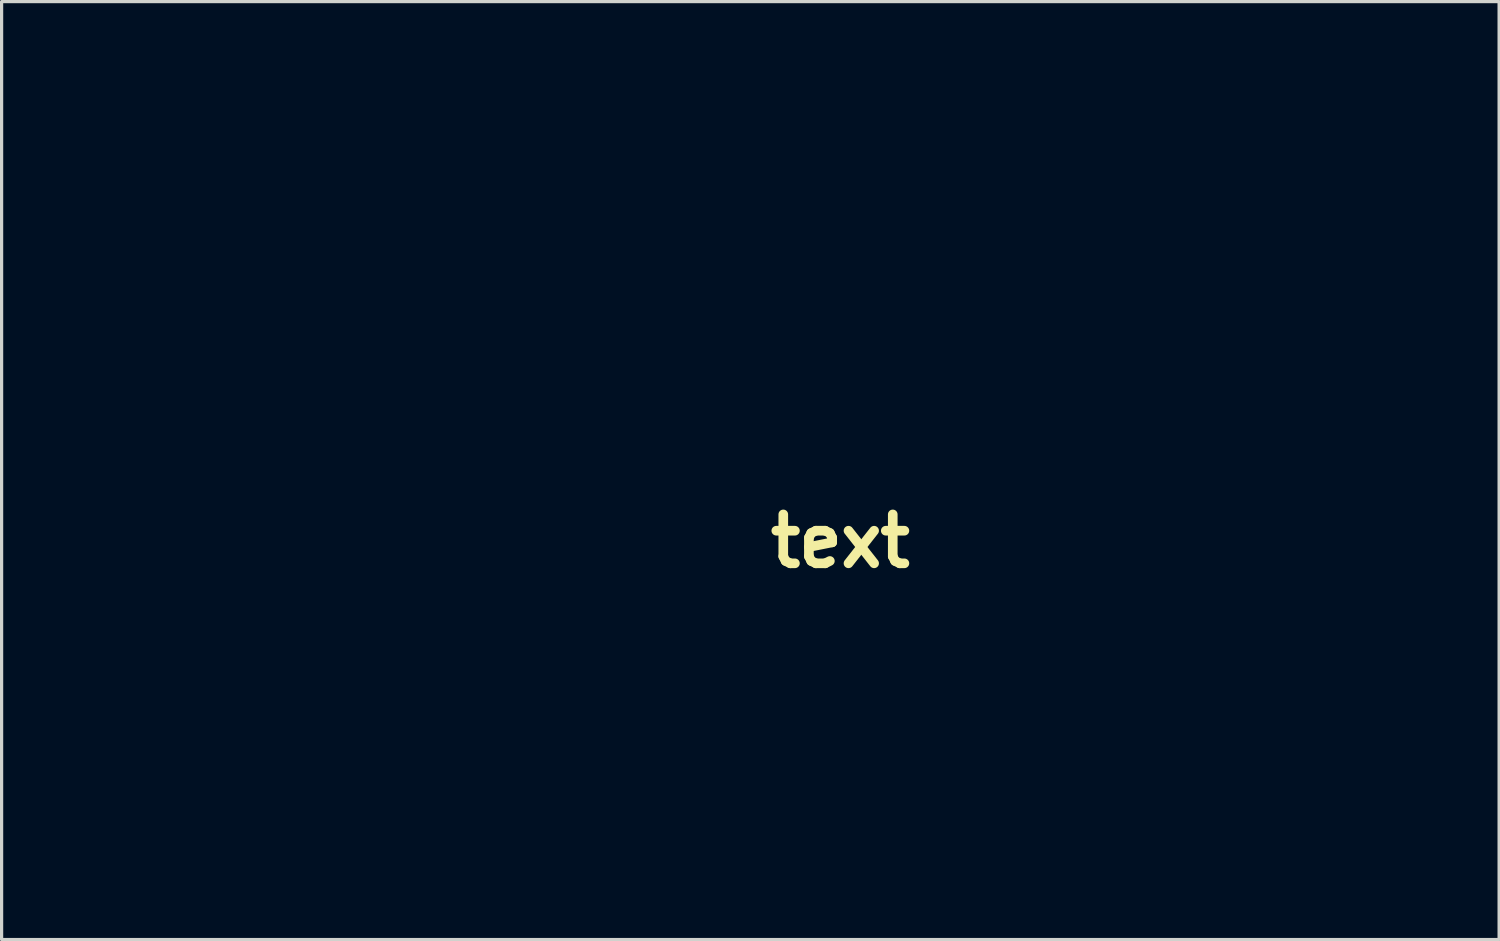
<source format=kicad_pcb>
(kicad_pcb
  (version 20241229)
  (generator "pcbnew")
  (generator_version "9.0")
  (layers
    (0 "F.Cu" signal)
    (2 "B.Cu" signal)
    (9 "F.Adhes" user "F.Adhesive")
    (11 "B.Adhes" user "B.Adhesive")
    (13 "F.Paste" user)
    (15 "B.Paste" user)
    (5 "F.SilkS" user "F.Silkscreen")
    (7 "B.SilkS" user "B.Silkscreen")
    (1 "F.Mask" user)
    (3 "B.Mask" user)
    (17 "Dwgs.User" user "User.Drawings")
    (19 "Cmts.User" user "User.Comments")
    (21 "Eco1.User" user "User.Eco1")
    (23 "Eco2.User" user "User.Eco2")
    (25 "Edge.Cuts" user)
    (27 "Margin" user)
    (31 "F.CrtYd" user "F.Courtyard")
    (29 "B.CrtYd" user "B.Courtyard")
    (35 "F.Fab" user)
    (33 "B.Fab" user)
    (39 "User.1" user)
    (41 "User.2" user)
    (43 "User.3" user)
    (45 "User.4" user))
  (footprint "text"
    (layer "F.Cu")
    (at 23.133 13.812)
    (property "Reference" "text" (at 0 0 0) (layer "F.SilkS") (effects (font (size 1.524 1.524) (thickness 0.3))))
    (attr through_hole)
    (fp_poly (pts (xy -18.773 -7.931) (xy -18.718 -7.892) (xy -18.711 -7.874) (xy -18.745 -7.83) (xy -18.812 -7.812) (xy -18.861 -7.834) (xy -18.867 -7.901) (xy -18.818 -7.937) (xy -18.773 -7.931)) (stroke (width 0.01) (type solid)) (fill yes) (layer "F.Mask"))
    (fp_poly (pts (xy -16.233 -7.931) (xy -16.178 -7.892) (xy -16.171 -7.874) (xy -16.205 -7.83) (xy -16.272 -7.812) (xy -16.321 -7.834) (xy -16.327 -7.901) (xy -16.278 -7.937) (xy -16.233 -7.931)) (stroke (width 0.01) (type solid)) (fill yes) (layer "F.Mask"))
    (fp_poly (pts (xy -15.162 -9.123) (xy -15.151 -9.114) (xy -15.127 -9.047) (xy -15.158 -8.988) (xy -15.198 -8.975) (xy -15.252 -9.006) (xy -15.263 -9.021) (xy -15.268 -9.085) (xy -15.224 -9.129) (xy -15.162 -9.123)) (stroke (width 0.01) (type solid)) (fill yes) (layer "F.Mask"))
    (fp_poly (pts (xy -17.249 -5.391) (xy -17.2 -5.334) (xy -17.191 -5.24) (xy -17.223 -5.151) (xy -17.245 -5.127) (xy -17.289 -5.109) (xy -17.317 -5.156) (xy -17.33 -5.211) (xy -17.341 -5.339) (xy -17.31 -5.396) (xy -17.249 -5.391)) (stroke (width 0.01) (type solid)) (fill yes) (layer "F.Mask"))
    (fp_poly (pts (xy -5.905 4.297) (xy -6.043 4.31) (xy -6.155 4.303) (xy -6.203 4.267) (xy -6.209 4.21) (xy -6.213 4.081) (xy -6.215 3.893) (xy -6.216 3.657) (xy -6.215 3.388) (xy -6.213 3.216) (xy -6.202 2.223) (xy -5.905 2.223) (xy -5.905 4.297)) (stroke (width 0.01) (type solid)) (fill yes) (layer "F.Mask"))
    (fp_poly (pts (xy -3.152 -13.662) (xy -3.097 -13.565) (xy -3.09 -13.504) (xy -3.121 -13.383) (xy -3.199 -13.314) (xy -3.299 -13.306) (xy -3.4 -13.369) (xy -3.401 -13.37) (xy -3.465 -13.482) (xy -3.445 -13.583) (xy -3.368 -13.655) (xy -3.249 -13.696) (xy -3.152 -13.662)) (stroke (width 0.01) (type solid)) (fill yes) (layer "F.Mask"))
    (fp_poly (pts (xy 8.319 -10.943) (xy 8.181 -10.93) (xy 8.069 -10.937) (xy 8.021 -10.973) (xy 8.015 -11.03) (xy 8.011 -11.159) (xy 8.009 -11.347) (xy 8.008 -11.583) (xy 8.009 -11.852) (xy 8.011 -12.024) (xy 8.022 -13.018) (xy 8.319 -13.018) (xy 8.319 -10.943)) (stroke (width 0.01) (type solid)) (fill yes) (layer "F.Mask"))
    (fp_poly (pts (xy -2.46 -13.679) (xy -2.386 -13.583) (xy -2.371 -13.504) (xy -2.402 -13.384) (xy -2.482 -13.314) (xy -2.585 -13.303) (xy -2.685 -13.359) (xy -2.74 -13.448) (xy -2.752 -13.504) (xy -2.723 -13.595) (xy -2.656 -13.677) (xy -2.581 -13.716) (xy -2.577 -13.716) (xy -2.46 -13.679)) (stroke (width 0.01) (type solid)) (fill yes) (layer "F.Mask"))
    (fp_poly (pts (xy -12.357 -8.543) (xy -12.189 -8.532) (xy -12.091 -8.515) (xy -12.049 -8.487) (xy -12.044 -8.467) (xy -12.062 -8.432) (xy -12.127 -8.41) (xy -12.253 -8.397) (xy -12.368 -8.391) (xy -12.559 -8.39) (xy -12.681 -8.405) (xy -12.722 -8.426) (xy -12.732 -8.488) (xy -12.667 -8.527) (xy -12.526 -8.544) (xy -12.357 -8.543)) (stroke (width 0.01) (type solid)) (fill yes) (layer "F.Mask"))
    (fp_poly (pts (xy -6.011 1.461) (xy -5.948 1.499) (xy -5.862 1.598) (xy -5.841 1.719) (xy -5.886 1.834) (xy -5.936 1.881) (xy -6.014 1.93) (xy -6.054 1.947) (xy -6.102 1.926) (xy -6.171 1.881) (xy -6.251 1.781) (xy -6.264 1.66) (xy -6.212 1.545) (xy -6.16 1.499) (xy -6.077 1.454) (xy -6.011 1.461)) (stroke (width 0.01) (type solid)) (fill yes) (layer "F.Mask"))
    (fp_poly (pts (xy 8.213 -13.779) (xy 8.276 -13.741) (xy 8.362 -13.642) (xy 8.383 -13.521) (xy 8.338 -13.406) (xy 8.288 -13.359) (xy 8.21 -13.31) (xy 8.17 -13.293) (xy 8.122 -13.314) (xy 8.053 -13.359) (xy 7.973 -13.459) (xy 7.96 -13.58) (xy 8.012 -13.695) (xy 8.065 -13.741) (xy 8.147 -13.786) (xy 8.213 -13.779)) (stroke (width 0.01) (type solid)) (fill yes) (layer "F.Mask"))
    (fp_poly (pts (xy -14.114 3.845) (xy -14.028 3.928) (xy -13.975 4.027) (xy -13.97 4.064) (xy -14.002 4.161) (xy -14.078 4.254) (xy -14.169 4.312) (xy -14.203 4.318) (xy -14.278 4.29) (xy -14.351 4.233) (xy -14.414 4.141) (xy -14.436 4.064) (xy -14.404 3.967) (xy -14.327 3.874) (xy -14.236 3.816) (xy -14.203 3.81) (xy -14.114 3.845)) (stroke (width 0.01) (type solid)) (fill yes) (layer "F.Mask"))
    (fp_poly (pts (xy 4.089 3.845) (xy 4.175 3.928) (xy 4.228 4.027) (xy 4.233 4.064) (xy 4.201 4.161) (xy 4.125 4.254) (xy 4.034 4.312) (xy 4 4.318) (xy 3.925 4.29) (xy 3.852 4.233) (xy 3.789 4.141) (xy 3.768 4.064) (xy 3.8 3.967) (xy 3.876 3.874) (xy 3.967 3.816) (xy 4 3.81) (xy 4.089 3.845)) (stroke (width 0.01) (type solid)) (fill yes) (layer "F.Mask"))
    (fp_poly (pts (xy -15.17 -8.771) (xy -15.151 -8.723) (xy -15.14 -8.627) (xy -15.135 -8.47) (xy -15.134 -8.301) (xy -15.137 -8.07) (xy -15.147 -7.916) (xy -15.165 -7.828) (xy -15.187 -7.8) (xy -15.246 -7.816) (xy -15.263 -7.842) (xy -15.271 -7.907) (xy -15.276 -8.036) (xy -15.276 -8.208) (xy -15.273 -8.343) (xy -15.266 -8.546) (xy -15.254 -8.678) (xy -15.237 -8.752) (xy -15.212 -8.782) (xy -15.198 -8.784) (xy -15.17 -8.771)) (stroke (width 0.01) (type solid)) (fill yes) (layer "F.Mask"))
    (fp_poly (pts (xy -18.681 -6.583) (xy -18.654 -6.519) (xy -18.639 -6.396) (xy -18.634 -6.206) (xy -18.635 -5.939) (xy -18.636 -5.906) (xy -18.643 -5.64) (xy -18.655 -5.451) (xy -18.672 -5.33) (xy -18.698 -5.27) (xy -18.735 -5.261) (xy -18.784 -5.296) (xy -18.787 -5.3) (xy -18.811 -5.363) (xy -18.827 -5.499) (xy -18.836 -5.712) (xy -18.838 -5.93) (xy -18.837 -6.173) (xy -18.831 -6.344) (xy -18.819 -6.457) (xy -18.8 -6.526) (xy -18.773 -6.563) (xy -18.72 -6.595) (xy -18.681 -6.583)) (stroke (width 0.01) (type solid)) (fill yes) (layer "F.Mask"))
    (fp_poly (pts (xy -17.665 -9.123) (xy -17.638 -9.059) (xy -17.623 -8.936) (xy -17.618 -8.746) (xy -17.619 -8.479) (xy -17.62 -8.446) (xy -17.627 -8.18) (xy -17.639 -7.991) (xy -17.656 -7.87) (xy -17.682 -7.81) (xy -17.719 -7.801) (xy -17.768 -7.836) (xy -17.771 -7.84) (xy -17.795 -7.903) (xy -17.811 -8.039) (xy -17.82 -8.252) (xy -17.822 -8.47) (xy -17.821 -8.713) (xy -17.815 -8.884) (xy -17.803 -8.997) (xy -17.784 -9.066) (xy -17.757 -9.103) (xy -17.704 -9.135) (xy -17.665 -9.123)) (stroke (width 0.01) (type solid)) (fill yes) (layer "F.Mask"))
    (fp_poly (pts (xy -16.141 -6.583) (xy -16.114 -6.519) (xy -16.099 -6.396) (xy -16.094 -6.206) (xy -16.095 -5.939) (xy -16.096 -5.906) (xy -16.103 -5.64) (xy -16.115 -5.451) (xy -16.132 -5.33) (xy -16.158 -5.27) (xy -16.195 -5.261) (xy -16.244 -5.296) (xy -16.247 -5.3) (xy -16.271 -5.363) (xy -16.287 -5.499) (xy -16.296 -5.712) (xy -16.298 -5.93) (xy -16.297 -6.173) (xy -16.291 -6.344) (xy -16.279 -6.457) (xy -16.26 -6.526) (xy -16.233 -6.563) (xy -16.18 -6.595) (xy -16.141 -6.583)) (stroke (width 0.01) (type solid)) (fill yes) (layer "F.Mask"))
    (fp_poly (pts (xy -14.024 -9.123) (xy -13.998 -9.059) (xy -13.983 -8.936) (xy -13.977 -8.746) (xy -13.979 -8.479) (xy -13.979 -8.446) (xy -13.987 -8.18) (xy -13.998 -7.991) (xy -14.016 -7.87) (xy -14.042 -7.81) (xy -14.078 -7.801) (xy -14.127 -7.836) (xy -14.13 -7.84) (xy -14.154 -7.903) (xy -14.171 -8.039) (xy -14.18 -8.252) (xy -14.182 -8.47) (xy -14.18 -8.713) (xy -14.174 -8.884) (xy -14.162 -8.997) (xy -14.143 -9.066) (xy -14.116 -9.103) (xy -14.063 -9.135) (xy -14.024 -9.123)) (stroke (width 0.01) (type solid)) (fill yes) (layer "F.Mask"))
    (fp_poly (pts (xy -11.617 -9.111) (xy -11.6 -9.07) (xy -11.588 -8.985) (xy -11.582 -8.848) (xy -11.579 -8.644) (xy -11.578 -8.47) (xy -11.58 -8.202) (xy -11.586 -8.009) (xy -11.598 -7.884) (xy -11.615 -7.817) (xy -11.631 -7.8) (xy -11.69 -7.816) (xy -11.706 -7.841) (xy -11.714 -7.902) (xy -11.718 -8.032) (xy -11.72 -8.212) (xy -11.718 -8.426) (xy -11.717 -8.511) (xy -11.711 -8.755) (xy -11.703 -8.926) (xy -11.692 -9.036) (xy -11.675 -9.098) (xy -11.652 -9.121) (xy -11.642 -9.123) (xy -11.617 -9.111)) (stroke (width 0.01) (type solid)) (fill yes) (layer "F.Mask"))
    (fp_poly (pts (xy -7.976 -9.111) (xy -7.959 -9.07) (xy -7.948 -8.985) (xy -7.941 -8.848) (xy -7.938 -8.644) (xy -7.938 -8.47) (xy -7.939 -8.202) (xy -7.946 -8.009) (xy -7.957 -7.884) (xy -7.975 -7.817) (xy -7.99 -7.8) (xy -8.05 -7.816) (xy -8.066 -7.841) (xy -8.073 -7.902) (xy -8.078 -8.032) (xy -8.079 -8.212) (xy -8.078 -8.426) (xy -8.076 -8.511) (xy -8.07 -8.755) (xy -8.062 -8.926) (xy -8.051 -9.036) (xy -8.034 -9.098) (xy -8.012 -9.121) (xy -8.001 -9.123) (xy -7.976 -9.111)) (stroke (width 0.01) (type solid)) (fill yes) (layer "F.Mask"))
    (fp_poly (pts (xy -2.92 1.439) (xy -2.89 1.472) (xy -2.869 1.541) (xy -2.854 1.653) (xy -2.846 1.816) (xy -2.842 2.036) (xy -2.842 2.323) (xy -2.845 2.683) (xy -2.846 2.888) (xy -2.857 4.297) (xy -2.986 4.309) (xy -3.086 4.309) (xy -3.145 4.292) (xy -3.152 4.244) (xy -3.159 4.121) (xy -3.165 3.934) (xy -3.169 3.694) (xy -3.173 3.409) (xy -3.175 3.092) (xy -3.175 2.892) (xy -3.175 1.522) (xy -3.072 1.475) (xy -3.01 1.448) (xy -2.959 1.433) (xy -2.92 1.439)) (stroke (width 0.01) (type solid)) (fill yes) (layer "F.Mask"))
    (fp_poly (pts (xy 11.304 -13.801) (xy 11.334 -13.768) (xy 11.355 -13.699) (xy 11.37 -13.587) (xy 11.378 -13.424) (xy 11.382 -13.204) (xy 11.382 -12.917) (xy 11.379 -12.557) (xy 11.378 -12.352) (xy 11.367 -10.943) (xy 11.238 -10.931) (xy 11.138 -10.931) (xy 11.079 -10.948) (xy 11.072 -10.996) (xy 11.065 -11.119) (xy 11.059 -11.306) (xy 11.055 -11.546) (xy 11.051 -11.831) (xy 11.049 -12.148) (xy 11.049 -12.348) (xy 11.049 -13.718) (xy 11.152 -13.765) (xy 11.214 -13.792) (xy 11.265 -13.807) (xy 11.304 -13.801)) (stroke (width 0.01) (type solid)) (fill yes) (layer "F.Mask"))
    (fp_poly (pts (xy -17.731 -6.581) (xy -17.604 -6.573) (xy -17.534 -6.558) (xy -17.507 -6.533) (xy -17.505 -6.519) (xy -17.544 -6.468) (xy -17.661 -6.443) (xy -17.662 -6.443) (xy -17.82 -6.43) (xy -17.832 -5.854) (xy -17.84 -5.599) (xy -17.852 -5.421) (xy -17.872 -5.312) (xy -17.901 -5.263) (xy -17.942 -5.267) (xy -17.983 -5.3) (xy -18.008 -5.367) (xy -18.024 -5.51) (xy -18.033 -5.734) (xy -18.034 -5.89) (xy -18.034 -6.43) (xy -18.193 -6.443) (xy -18.311 -6.468) (xy -18.351 -6.518) (xy -18.352 -6.519) (xy -18.338 -6.549) (xy -18.286 -6.568) (xy -18.184 -6.578) (xy -18.016 -6.583) (xy -17.928 -6.583) (xy -17.731 -6.581)) (stroke (width 0.01) (type solid)) (fill yes) (layer "F.Mask"))
    (fp_poly (pts (xy -16.715 -9.121) (xy -16.588 -9.113) (xy -16.518 -9.098) (xy -16.491 -9.073) (xy -16.489 -9.059) (xy -16.528 -9.008) (xy -16.645 -8.983) (xy -16.646 -8.983) (xy -16.804 -8.97) (xy -16.816 -8.394) (xy -16.824 -8.139) (xy -16.836 -7.961) (xy -16.856 -7.852) (xy -16.885 -7.803) (xy -16.926 -7.807) (xy -16.967 -7.84) (xy -16.992 -7.907) (xy -17.008 -8.05) (xy -17.017 -8.274) (xy -17.018 -8.43) (xy -17.018 -8.97) (xy -17.177 -8.983) (xy -17.295 -9.008) (xy -17.335 -9.058) (xy -17.335 -9.059) (xy -17.322 -9.089) (xy -17.27 -9.108) (xy -17.168 -9.118) (xy -17 -9.123) (xy -16.912 -9.123) (xy -16.715 -9.121)) (stroke (width 0.01) (type solid)) (fill yes) (layer "F.Mask"))
    (fp_poly (pts (xy -15.191 -6.581) (xy -15.064 -6.573) (xy -14.994 -6.558) (xy -14.967 -6.533) (xy -14.965 -6.519) (xy -15.004 -6.468) (xy -15.121 -6.443) (xy -15.122 -6.443) (xy -15.28 -6.43) (xy -15.292 -5.854) (xy -15.3 -5.599) (xy -15.312 -5.421) (xy -15.332 -5.312) (xy -15.361 -5.263) (xy -15.402 -5.267) (xy -15.443 -5.3) (xy -15.468 -5.367) (xy -15.484 -5.51) (xy -15.493 -5.734) (xy -15.494 -5.89) (xy -15.494 -6.43) (xy -15.653 -6.443) (xy -15.771 -6.468) (xy -15.811 -6.518) (xy -15.812 -6.519) (xy -15.798 -6.549) (xy -15.746 -6.568) (xy -15.644 -6.578) (xy -15.476 -6.583) (xy -15.388 -6.583) (xy -15.191 -6.581)) (stroke (width 0.01) (type solid)) (fill yes) (layer "F.Mask"))
    (fp_poly (pts (xy -13.074 -9.121) (xy -12.947 -9.113) (xy -12.877 -9.098) (xy -12.85 -9.073) (xy -12.848 -9.059) (xy -12.887 -9.008) (xy -13.005 -8.983) (xy -13.006 -8.983) (xy -13.163 -8.97) (xy -13.175 -8.394) (xy -13.183 -8.139) (xy -13.196 -7.961) (xy -13.216 -7.852) (xy -13.245 -7.803) (xy -13.286 -7.807) (xy -13.326 -7.84) (xy -13.351 -7.907) (xy -13.368 -8.05) (xy -13.376 -8.274) (xy -13.377 -8.43) (xy -13.377 -8.97) (xy -13.536 -8.983) (xy -13.655 -9.008) (xy -13.695 -9.058) (xy -13.695 -9.059) (xy -13.681 -9.089) (xy -13.63 -9.108) (xy -13.527 -9.118) (xy -13.36 -9.123) (xy -13.271 -9.123) (xy -13.074 -9.121)) (stroke (width 0.01) (type solid)) (fill yes) (layer "F.Mask"))
    (fp_poly (pts (xy -19.86 -6.223) (xy -19.767 -6.173) (xy -19.727 -6.115) (xy -19.727 -6.113) (xy -19.75 -6.078) (xy -19.827 -6.071) (xy -19.909 -6.08) (xy -20.052 -6.083) (xy -20.144 -6.038) (xy -20.198 -5.931) (xy -20.224 -5.783) (xy -20.229 -5.652) (xy -20.201 -5.564) (xy -20.151 -5.503) (xy -20.064 -5.44) (xy -19.96 -5.424) (xy -19.892 -5.431) (xy -19.765 -5.436) (xy -19.705 -5.411) (xy -19.719 -5.361) (xy -19.745 -5.337) (xy -19.864 -5.283) (xy -20.017 -5.268) (xy -20.161 -5.294) (xy -20.198 -5.311) (xy -20.32 -5.426) (xy -20.387 -5.602) (xy -20.396 -5.831) (xy -20.394 -5.85) (xy -20.35 -6.041) (xy -20.254 -6.169) (xy -20.1 -6.244) (xy -20.081 -6.25) (xy -19.975 -6.253) (xy -19.86 -6.223)) (stroke (width 0.01) (type solid)) (fill yes) (layer "F.Mask"))
    (fp_poly (pts (xy -13.976 -13.019) (xy -13.941 -12.957) (xy -13.907 -12.89) (xy -13.843 -12.875) (xy -13.733 -12.911) (xy -13.67 -12.942) (xy -13.537 -12.986) (xy -13.375 -13.013) (xy -13.314 -13.016) (xy -13.188 -13.013) (xy -13.126 -12.997) (xy -13.104 -12.955) (xy -13.102 -12.912) (xy -13.11 -12.848) (xy -13.149 -12.814) (xy -13.24 -12.798) (xy -13.309 -12.793) (xy -13.534 -12.748) (xy -13.699 -12.648) (xy -13.771 -12.556) (xy -13.792 -12.476) (xy -13.812 -12.317) (xy -13.828 -12.088) (xy -13.84 -11.795) (xy -13.843 -11.705) (xy -13.864 -10.943) (xy -14.002 -10.93) (xy -14.114 -10.937) (xy -14.162 -10.973) (xy -14.167 -11.03) (xy -14.171 -11.159) (xy -14.174 -11.347) (xy -14.175 -11.583) (xy -14.174 -11.852) (xy -14.172 -12.024) (xy -14.161 -13.018) (xy -14.062 -13.031) (xy -13.976 -13.019)) (stroke (width 0.01) (type solid)) (fill yes) (layer "F.Mask"))
    (fp_poly (pts (xy -7.034 -13.019) (xy -6.998 -12.957) (xy -6.964 -12.89) (xy -6.9 -12.875) (xy -6.79 -12.911) (xy -6.727 -12.942) (xy -6.595 -12.986) (xy -6.432 -13.013) (xy -6.371 -13.016) (xy -6.246 -13.013) (xy -6.183 -12.997) (xy -6.162 -12.955) (xy -6.16 -12.912) (xy -6.168 -12.848) (xy -6.206 -12.814) (xy -6.298 -12.798) (xy -6.366 -12.793) (xy -6.591 -12.748) (xy -6.756 -12.648) (xy -6.828 -12.556) (xy -6.85 -12.476) (xy -6.869 -12.317) (xy -6.885 -12.088) (xy -6.898 -11.795) (xy -6.9 -11.705) (xy -6.921 -10.943) (xy -7.059 -10.93) (xy -7.171 -10.937) (xy -7.219 -10.973) (xy -7.225 -11.03) (xy -7.229 -11.159) (xy -7.231 -11.347) (xy -7.232 -11.583) (xy -7.231 -11.852) (xy -7.229 -12.024) (xy -7.218 -13.018) (xy -7.119 -13.031) (xy -7.034 -13.019)) (stroke (width 0.01) (type solid)) (fill yes) (layer "F.Mask"))
    (fp_poly (pts (xy 2.957 -13.019) (xy 2.993 -12.957) (xy 3.027 -12.89) (xy 3.091 -12.875) (xy 3.2 -12.911) (xy 3.264 -12.942) (xy 3.396 -12.986) (xy 3.559 -13.013) (xy 3.619 -13.016) (xy 3.745 -13.013) (xy 3.808 -12.997) (xy 3.829 -12.955) (xy 3.831 -12.912) (xy 3.823 -12.848) (xy 3.784 -12.814) (xy 3.693 -12.798) (xy 3.625 -12.793) (xy 3.399 -12.748) (xy 3.234 -12.648) (xy 3.163 -12.556) (xy 3.141 -12.476) (xy 3.122 -12.317) (xy 3.106 -12.088) (xy 3.093 -11.795) (xy 3.09 -11.705) (xy 3.069 -10.943) (xy 2.931 -10.93) (xy 2.819 -10.937) (xy 2.772 -10.973) (xy 2.766 -11.03) (xy 2.762 -11.159) (xy 2.759 -11.347) (xy 2.759 -11.583) (xy 2.76 -11.852) (xy 2.761 -12.024) (xy 2.773 -13.018) (xy 2.871 -13.031) (xy 2.957 -13.019)) (stroke (width 0.01) (type solid)) (fill yes) (layer "F.Mask"))
    (fp_poly (pts (xy -22.458 -9.098) (xy -22.452 -9.095) (xy -22.367 -9.038) (xy -22.361 -8.993) (xy -22.43 -8.968) (xy -22.543 -8.967) (xy -22.672 -8.964) (xy -22.765 -8.919) (xy -22.816 -8.87) (xy -22.873 -8.798) (xy -22.904 -8.716) (xy -22.918 -8.596) (xy -22.92 -8.467) (xy -22.916 -8.302) (xy -22.898 -8.194) (xy -22.861 -8.116) (xy -22.816 -8.062) (xy -22.741 -7.994) (xy -22.663 -7.966) (xy -22.547 -7.97) (xy -22.511 -7.974) (xy -22.377 -7.976) (xy -22.31 -7.95) (xy -22.317 -7.904) (xy -22.401 -7.846) (xy -22.417 -7.838) (xy -22.585 -7.793) (xy -22.746 -7.821) (xy -22.852 -7.875) (xy -22.985 -8.003) (xy -23.074 -8.182) (xy -23.116 -8.392) (xy -23.11 -8.611) (xy -23.054 -8.818) (xy -22.946 -8.993) (xy -22.935 -9.006) (xy -22.795 -9.099) (xy -22.624 -9.132) (xy -22.458 -9.098)) (stroke (width 0.01) (type solid)) (fill yes) (layer "F.Mask"))
    (fp_poly (pts (xy -3.218 -6.421) (xy -3.21 -6.383) (xy -3.158 -6.296) (xy -3.09 -6.265) (xy -3.011 -6.226) (xy -2.985 -6.181) (xy -3.021 -6.127) (xy -3.09 -6.096) (xy -3.151 -6.073) (xy -3.185 -6.026) (xy -3.202 -5.933) (xy -3.209 -5.831) (xy -3.207 -5.63) (xy -3.172 -5.501) (xy -3.1 -5.436) (xy -2.996 -5.426) (xy -2.89 -5.419) (xy -2.847 -5.38) (xy -2.876 -5.327) (xy -2.941 -5.292) (xy -3.039 -5.259) (xy -3.108 -5.259) (xy -3.199 -5.29) (xy -3.204 -5.292) (xy -3.296 -5.353) (xy -3.353 -5.457) (xy -3.381 -5.619) (xy -3.387 -5.774) (xy -3.391 -5.93) (xy -3.407 -6.023) (xy -3.44 -6.075) (xy -3.471 -6.096) (xy -3.537 -6.144) (xy -3.547 -6.199) (xy -3.498 -6.283) (xy -3.446 -6.347) (xy -3.343 -6.446) (xy -3.265 -6.471) (xy -3.218 -6.421)) (stroke (width 0.01) (type solid)) (fill yes) (layer "F.Mask"))
    (fp_poly (pts (xy -20.392 -8.72) (xy -20.338 -8.674) (xy -20.304 -8.626) (xy -20.287 -8.558) (xy -20.282 -8.449) (xy -20.285 -8.281) (xy -20.287 -8.219) (xy -20.295 -8.024) (xy -20.307 -7.901) (xy -20.326 -7.834) (xy -20.355 -7.811) (xy -20.362 -7.811) (xy -20.395 -7.828) (xy -20.417 -7.889) (xy -20.43 -8.007) (xy -20.438 -8.168) (xy -20.451 -8.378) (xy -20.476 -8.516) (xy -20.518 -8.596) (xy -20.584 -8.631) (xy -20.636 -8.636) (xy -20.739 -8.613) (xy -20.811 -8.539) (xy -20.855 -8.402) (xy -20.877 -8.194) (xy -20.879 -8.151) (xy -20.895 -7.95) (xy -20.924 -7.831) (xy -20.967 -7.792) (xy -21.011 -7.817) (xy -21.022 -7.869) (xy -21.032 -7.986) (xy -21.038 -8.151) (xy -21.04 -8.3) (xy -21.04 -8.755) (xy -20.881 -8.754) (xy -20.743 -8.761) (xy -20.622 -8.78) (xy -20.615 -8.782) (xy -20.504 -8.783) (xy -20.392 -8.72)) (stroke (width 0.01) (type solid)) (fill yes) (layer "F.Mask"))
    (fp_poly (pts (xy -10.74 -6.18) (xy -10.686 -6.134) (xy -10.652 -6.086) (xy -10.635 -6.018) (xy -10.63 -5.909) (xy -10.633 -5.741) (xy -10.635 -5.679) (xy -10.643 -5.484) (xy -10.655 -5.361) (xy -10.674 -5.294) (xy -10.703 -5.271) (xy -10.71 -5.271) (xy -10.743 -5.288) (xy -10.765 -5.349) (xy -10.778 -5.467) (xy -10.786 -5.628) (xy -10.799 -5.838) (xy -10.824 -5.976) (xy -10.866 -6.056) (xy -10.932 -6.091) (xy -10.984 -6.096) (xy -11.087 -6.073) (xy -11.159 -5.999) (xy -11.203 -5.862) (xy -11.225 -5.654) (xy -11.227 -5.611) (xy -11.243 -5.41) (xy -11.272 -5.291) (xy -11.315 -5.252) (xy -11.359 -5.277) (xy -11.37 -5.329) (xy -11.38 -5.446) (xy -11.386 -5.611) (xy -11.388 -5.76) (xy -11.388 -6.215) (xy -11.229 -6.214) (xy -11.091 -6.221) (xy -10.97 -6.24) (xy -10.963 -6.242) (xy -10.852 -6.243) (xy -10.74 -6.18)) (stroke (width 0.01) (type solid)) (fill yes) (layer "F.Mask"))
    (fp_poly (pts (xy -3.882 -6.18) (xy -3.828 -6.134) (xy -3.794 -6.086) (xy -3.777 -6.018) (xy -3.772 -5.909) (xy -3.775 -5.741) (xy -3.777 -5.679) (xy -3.785 -5.484) (xy -3.797 -5.361) (xy -3.816 -5.294) (xy -3.845 -5.271) (xy -3.852 -5.271) (xy -3.885 -5.288) (xy -3.907 -5.349) (xy -3.92 -5.467) (xy -3.928 -5.628) (xy -3.941 -5.838) (xy -3.966 -5.976) (xy -4.008 -6.056) (xy -4.074 -6.091) (xy -4.126 -6.096) (xy -4.229 -6.073) (xy -4.301 -5.999) (xy -4.345 -5.862) (xy -4.367 -5.654) (xy -4.369 -5.611) (xy -4.385 -5.41) (xy -4.414 -5.291) (xy -4.457 -5.252) (xy -4.501 -5.277) (xy -4.512 -5.329) (xy -4.522 -5.446) (xy -4.528 -5.611) (xy -4.53 -5.76) (xy -4.53 -6.215) (xy -4.371 -6.214) (xy -4.233 -6.221) (xy -4.112 -6.24) (xy -4.105 -6.242) (xy -3.994 -6.243) (xy -3.882 -6.18)) (stroke (width 0.01) (type solid)) (fill yes) (layer "F.Mask"))
    (fp_poly (pts (xy -22.14 7.535) (xy -22.119 7.853) (xy -21.802 7.874) (xy -21.64 7.886) (xy -21.545 7.901) (xy -21.5 7.926) (xy -21.485 7.968) (xy -21.484 8.001) (xy -21.489 8.055) (xy -21.515 8.088) (xy -21.581 8.108) (xy -21.703 8.121) (xy -21.802 8.128) (xy -22.119 8.149) (xy -22.14 8.509) (xy -22.152 8.683) (xy -22.165 8.79) (xy -22.186 8.848) (xy -22.222 8.873) (xy -22.278 8.882) (xy -22.374 8.874) (xy -22.415 8.84) (xy -22.426 8.772) (xy -22.437 8.646) (xy -22.446 8.487) (xy -22.446 8.467) (xy -22.458 8.149) (xy -22.775 8.128) (xy -22.937 8.116) (xy -23.032 8.101) (xy -23.077 8.076) (xy -23.092 8.034) (xy -23.093 8.001) (xy -23.088 7.947) (xy -23.062 7.914) (xy -22.996 7.894) (xy -22.874 7.881) (xy -22.775 7.874) (xy -22.458 7.853) (xy -22.416 7.218) (xy -22.162 7.218) (xy -22.14 7.535)) (stroke (width 0.01) (type solid)) (fill yes) (layer "F.Mask"))
    (fp_poly (pts (xy -7.158 -8.782) (xy -7.093 -8.756) (xy -6.998 -8.696) (xy -6.983 -8.646) (xy -7.041 -8.618) (xy -7.167 -8.62) (xy -7.298 -8.628) (xy -7.378 -8.602) (xy -7.406 -8.575) (xy -7.437 -8.52) (xy -7.423 -8.469) (xy -7.354 -8.412) (xy -7.221 -8.338) (xy -7.145 -8.3) (xy -7.008 -8.224) (xy -6.935 -8.156) (xy -6.909 -8.083) (xy -6.933 -7.969) (xy -7.021 -7.878) (xy -7.154 -7.819) (xy -7.314 -7.8) (xy -7.481 -7.828) (xy -7.504 -7.836) (xy -7.603 -7.889) (xy -7.623 -7.935) (xy -7.567 -7.968) (xy -7.441 -7.984) (xy -7.377 -7.985) (xy -7.238 -7.985) (xy -7.163 -7.998) (xy -7.13 -8.031) (xy -7.12 -8.076) (xy -7.124 -8.136) (xy -7.169 -8.187) (xy -7.27 -8.244) (xy -7.339 -8.275) (xy -7.517 -8.375) (xy -7.619 -8.479) (xy -7.642 -8.582) (xy -7.584 -8.679) (xy -7.49 -8.744) (xy -7.321 -8.8) (xy -7.158 -8.782)) (stroke (width 0.01) (type solid)) (fill yes) (layer "F.Mask"))
    (fp_poly (pts (xy -3.341 -12.234) (xy -3.332 -11.981) (xy -3.32 -11.754) (xy -3.308 -11.568) (xy -3.296 -11.438) (xy -3.285 -11.38) (xy -3.189 -11.26) (xy -3.047 -11.196) (xy -2.881 -11.189) (xy -2.71 -11.244) (xy -2.663 -11.273) (xy -2.519 -11.37) (xy -2.477 -13.018) (xy -2.138 -13.018) (xy -2.138 -11.98) (xy -2.138 -11.658) (xy -2.139 -11.41) (xy -2.142 -11.227) (xy -2.148 -11.099) (xy -2.157 -11.015) (xy -2.17 -10.966) (xy -2.189 -10.942) (xy -2.214 -10.933) (xy -2.227 -10.93) (xy -2.324 -10.957) (xy -2.386 -11.024) (xy -2.455 -11.131) (xy -2.599 -11.046) (xy -2.822 -10.958) (xy -3.059 -10.937) (xy -3.283 -10.985) (xy -3.333 -11.008) (xy -3.445 -11.071) (xy -3.531 -11.136) (xy -3.593 -11.218) (xy -3.635 -11.326) (xy -3.661 -11.474) (xy -3.673 -11.673) (xy -3.676 -11.935) (xy -3.673 -12.198) (xy -3.662 -13.018) (xy -3.365 -13.018) (xy -3.341 -12.234)) (stroke (width 0.01) (type solid)) (fill yes) (layer "F.Mask"))
    (fp_poly (pts (xy -20.931 -6.588) (xy -20.814 -6.548) (xy -20.729 -6.496) (xy -20.701 -6.453) (xy -20.721 -6.418) (xy -20.793 -6.41) (xy -20.892 -6.42) (xy -21.03 -6.429) (xy -21.121 -6.405) (xy -21.167 -6.37) (xy -21.243 -6.269) (xy -21.239 -6.172) (xy -21.155 -6.076) (xy -20.987 -5.978) (xy -20.925 -5.95) (xy -20.754 -5.86) (xy -20.657 -5.762) (xy -20.622 -5.644) (xy -20.624 -5.583) (xy -20.676 -5.44) (xy -20.79 -5.334) (xy -20.949 -5.272) (xy -21.134 -5.261) (xy -21.304 -5.299) (xy -21.388 -5.346) (xy -21.421 -5.398) (xy -21.4 -5.43) (xy -21.328 -5.44) (xy -21.189 -5.431) (xy -21.187 -5.431) (xy -21.038 -5.422) (xy -20.942 -5.437) (xy -20.872 -5.481) (xy -20.87 -5.483) (xy -20.795 -5.574) (xy -20.787 -5.661) (xy -20.849 -5.749) (xy -20.986 -5.846) (xy -21.14 -5.929) (xy -21.322 -6.044) (xy -21.42 -6.168) (xy -21.436 -6.301) (xy -21.413 -6.371) (xy -21.322 -6.486) (xy -21.185 -6.572) (xy -21.048 -6.604) (xy -20.931 -6.588)) (stroke (width 0.01) (type solid)) (fill yes) (layer "F.Mask"))
    (fp_poly (pts (xy -20.412 -13.019) (xy -20.374 -12.954) (xy -20.355 -12.905) (xy -20.32 -12.882) (xy -20.252 -12.887) (xy -20.135 -12.92) (xy -19.964 -12.979) (xy -19.822 -13.022) (xy -19.708 -13.03) (xy -19.576 -13.004) (xy -19.562 -13.001) (xy -19.348 -12.907) (xy -19.185 -12.761) (xy -19.089 -12.575) (xy -19.075 -12.479) (xy -19.064 -12.313) (xy -19.058 -12.095) (xy -19.057 -11.839) (xy -19.058 -11.684) (xy -19.071 -10.943) (xy -19.41 -10.943) (xy -19.431 -11.755) (xy -19.439 -12.036) (xy -19.446 -12.246) (xy -19.455 -12.397) (xy -19.468 -12.501) (xy -19.485 -12.571) (xy -19.509 -12.621) (xy -19.542 -12.662) (xy -19.555 -12.676) (xy -19.693 -12.768) (xy -19.854 -12.784) (xy -20.023 -12.723) (xy -20.11 -12.662) (xy -20.256 -12.54) (xy -20.299 -10.943) (xy -20.437 -10.93) (xy -20.549 -10.937) (xy -20.596 -10.973) (xy -20.602 -11.03) (xy -20.606 -11.159) (xy -20.609 -11.347) (xy -20.609 -11.583) (xy -20.608 -11.852) (xy -20.607 -12.024) (xy -20.595 -13.018) (xy -20.497 -13.031) (xy -20.412 -13.019)) (stroke (width 0.01) (type solid)) (fill yes) (layer "F.Mask"))
    (fp_poly (pts (xy 1.94 2.221) (xy 1.978 2.286) (xy 1.997 2.335) (xy 2.032 2.358) (xy 2.1 2.353) (xy 2.217 2.32) (xy 2.388 2.261) (xy 2.53 2.218) (xy 2.644 2.21) (xy 2.776 2.236) (xy 2.79 2.239) (xy 3.004 2.333) (xy 3.167 2.479) (xy 3.263 2.665) (xy 3.277 2.761) (xy 3.288 2.927) (xy 3.294 3.145) (xy 3.295 3.401) (xy 3.294 3.556) (xy 3.281 4.297) (xy 2.942 4.297) (xy 2.921 3.485) (xy 2.913 3.204) (xy 2.906 2.994) (xy 2.897 2.843) (xy 2.884 2.739) (xy 2.867 2.669) (xy 2.843 2.619) (xy 2.81 2.578) (xy 2.797 2.564) (xy 2.659 2.472) (xy 2.498 2.456) (xy 2.329 2.517) (xy 2.242 2.578) (xy 2.095 2.7) (xy 2.053 4.297) (xy 1.915 4.31) (xy 1.803 4.303) (xy 1.756 4.267) (xy 1.75 4.21) (xy 1.746 4.081) (xy 1.743 3.893) (xy 1.743 3.657) (xy 1.744 3.388) (xy 1.745 3.216) (xy 1.757 2.223) (xy 1.855 2.209) (xy 1.94 2.221)) (stroke (width 0.01) (type solid)) (fill yes) (layer "F.Mask"))
    (fp_poly (pts (xy 5.762 2.246) (xy 5.829 2.265) (xy 5.997 2.325) (xy 6.087 2.385) (xy 6.108 2.455) (xy 6.071 2.532) (xy 6.007 2.624) (xy 5.841 2.54) (xy 5.625 2.464) (xy 5.436 2.467) (xy 5.279 2.547) (xy 5.159 2.703) (xy 5.102 2.846) (xy 5.051 3.101) (xy 5.043 3.355) (xy 5.076 3.592) (xy 5.146 3.792) (xy 5.25 3.939) (xy 5.304 3.981) (xy 5.5 4.054) (xy 5.711 4.044) (xy 5.884 3.98) (xy 6.049 3.895) (xy 6.114 3.987) (xy 6.151 4.072) (xy 6.124 4.14) (xy 6.027 4.2) (xy 5.872 4.254) (xy 5.638 4.306) (xy 5.437 4.305) (xy 5.232 4.251) (xy 5.23 4.251) (xy 5.021 4.14) (xy 4.858 3.972) (xy 4.771 3.831) (xy 4.727 3.73) (xy 4.7 3.617) (xy 4.687 3.469) (xy 4.684 3.26) (xy 4.684 3.26) (xy 4.704 2.947) (xy 4.764 2.701) (xy 4.871 2.511) (xy 5.03 2.366) (xy 5.216 2.267) (xy 5.387 2.215) (xy 5.559 2.208) (xy 5.762 2.246)) (stroke (width 0.01) (type solid)) (fill yes) (layer "F.Mask"))
    (fp_poly (pts (xy 16.164 -13.019) (xy 16.202 -12.954) (xy 16.221 -12.905) (xy 16.256 -12.882) (xy 16.324 -12.887) (xy 16.441 -12.92) (xy 16.612 -12.979) (xy 16.754 -13.022) (xy 16.868 -13.03) (xy 17 -13.004) (xy 17.014 -13.001) (xy 17.228 -12.907) (xy 17.391 -12.761) (xy 17.487 -12.575) (xy 17.501 -12.479) (xy 17.512 -12.313) (xy 17.518 -12.095) (xy 17.519 -11.839) (xy 17.518 -11.684) (xy 17.505 -10.943) (xy 17.166 -10.943) (xy 17.145 -11.755) (xy 17.137 -12.036) (xy 17.13 -12.246) (xy 17.121 -12.397) (xy 17.108 -12.501) (xy 17.091 -12.571) (xy 17.067 -12.621) (xy 17.034 -12.662) (xy 17.021 -12.676) (xy 16.883 -12.768) (xy 16.722 -12.784) (xy 16.553 -12.723) (xy 16.466 -12.662) (xy 16.32 -12.54) (xy 16.277 -10.943) (xy 16.139 -10.93) (xy 16.027 -10.937) (xy 15.98 -10.973) (xy 15.974 -11.03) (xy 15.97 -11.159) (xy 15.967 -11.347) (xy 15.967 -11.583) (xy 15.968 -11.852) (xy 15.969 -12.024) (xy 15.981 -13.018) (xy 16.079 -13.031) (xy 16.164 -13.019)) (stroke (width 0.01) (type solid)) (fill yes) (layer "F.Mask"))
    (fp_poly (pts (xy -21.548 -8.744) (xy -21.458 -8.683) (xy -21.409 -8.635) (xy -21.377 -8.574) (xy -21.359 -8.479) (xy -21.347 -8.331) (xy -21.343 -8.22) (xy -21.328 -7.84) (xy -21.491 -7.841) (xy -21.629 -7.835) (xy -21.75 -7.819) (xy -21.759 -7.817) (xy -21.878 -7.815) (xy -21.956 -7.837) (xy -22.044 -7.911) (xy -22.092 -7.984) (xy -22.101 -8.037) (xy -21.907 -8.037) (xy -21.904 -8.028) (xy -21.845 -7.976) (xy -21.746 -7.96) (xy -21.644 -7.98) (xy -21.598 -8.009) (xy -21.554 -8.094) (xy -21.548 -8.136) (xy -21.569 -8.191) (xy -21.647 -8.211) (xy -21.691 -8.213) (xy -21.822 -8.189) (xy -21.899 -8.127) (xy -21.907 -8.037) (xy -22.101 -8.037) (xy -22.114 -8.116) (xy -22.063 -8.232) (xy -21.949 -8.321) (xy -21.785 -8.373) (xy -21.668 -8.382) (xy -21.577 -8.398) (xy -21.548 -8.453) (xy -21.548 -8.461) (xy -21.584 -8.564) (xy -21.683 -8.622) (xy -21.81 -8.629) (xy -21.923 -8.633) (xy -21.964 -8.667) (xy -21.928 -8.72) (xy -21.868 -8.756) (xy -21.71 -8.792) (xy -21.548 -8.744)) (stroke (width 0.01) (type solid)) (fill yes) (layer "F.Mask"))
    (fp_poly (pts (xy -11.896 -6.204) (xy -11.806 -6.143) (xy -11.757 -6.095) (xy -11.725 -6.034) (xy -11.707 -5.939) (xy -11.695 -5.791) (xy -11.691 -5.68) (xy -11.676 -5.3) (xy -11.839 -5.301) (xy -11.977 -5.295) (xy -12.098 -5.279) (xy -12.107 -5.277) (xy -12.226 -5.275) (xy -12.304 -5.297) (xy -12.392 -5.371) (xy -12.44 -5.444) (xy -12.449 -5.497) (xy -12.255 -5.497) (xy -12.252 -5.488) (xy -12.193 -5.436) (xy -12.094 -5.42) (xy -11.992 -5.44) (xy -11.946 -5.469) (xy -11.902 -5.554) (xy -11.896 -5.596) (xy -11.917 -5.651) (xy -11.995 -5.671) (xy -12.039 -5.673) (xy -12.17 -5.649) (xy -12.247 -5.587) (xy -12.255 -5.497) (xy -12.449 -5.497) (xy -12.462 -5.576) (xy -12.411 -5.692) (xy -12.297 -5.781) (xy -12.133 -5.833) (xy -12.016 -5.842) (xy -11.925 -5.858) (xy -11.896 -5.913) (xy -11.896 -5.921) (xy -11.932 -6.024) (xy -12.031 -6.082) (xy -12.158 -6.089) (xy -12.271 -6.093) (xy -12.312 -6.127) (xy -12.276 -6.18) (xy -12.216 -6.216) (xy -12.058 -6.252) (xy -11.896 -6.204)) (stroke (width 0.01) (type solid)) (fill yes) (layer "F.Mask"))
    (fp_poly (pts (xy -10.769 -8.776) (xy -10.65 -8.703) (xy -10.547 -8.583) (xy -10.479 -8.447) (xy -10.465 -8.341) (xy -10.477 -8.285) (xy -10.511 -8.25) (xy -10.585 -8.23) (xy -10.718 -8.217) (xy -10.774 -8.213) (xy -10.933 -8.197) (xy -11.023 -8.177) (xy -11.056 -8.148) (xy -11.056 -8.128) (xy -11.004 -8.02) (xy -10.903 -7.97) (xy -10.777 -7.966) (xy -10.651 -7.963) (xy -10.592 -7.935) (xy -10.607 -7.887) (xy -10.673 -7.843) (xy -10.841 -7.794) (xy -11.006 -7.829) (xy -11.044 -7.848) (xy -11.145 -7.931) (xy -11.202 -8.006) (xy -11.244 -8.14) (xy -11.258 -8.313) (xy -11.245 -8.459) (xy -11.067 -8.459) (xy -11.046 -8.409) (xy -10.953 -8.385) (xy -10.856 -8.382) (xy -10.736 -8.388) (xy -10.681 -8.413) (xy -10.668 -8.458) (xy -10.701 -8.562) (xy -10.784 -8.622) (xy -10.889 -8.631) (xy -10.989 -8.583) (xy -11.024 -8.544) (xy -11.067 -8.459) (xy -11.245 -8.459) (xy -11.242 -8.486) (xy -11.219 -8.57) (xy -11.136 -8.683) (xy -11.003 -8.761) (xy -10.853 -8.789) (xy -10.769 -8.776)) (stroke (width 0.01) (type solid)) (fill yes) (layer "F.Mask"))
    (fp_poly (pts (xy -9.779 -6.204) (xy -9.689 -6.143) (xy -9.64 -6.095) (xy -9.609 -6.034) (xy -9.59 -5.939) (xy -9.579 -5.791) (xy -9.574 -5.68) (xy -9.559 -5.3) (xy -9.722 -5.301) (xy -9.861 -5.295) (xy -9.981 -5.279) (xy -9.991 -5.277) (xy -10.109 -5.275) (xy -10.187 -5.297) (xy -10.275 -5.371) (xy -10.324 -5.444) (xy -10.332 -5.497) (xy -10.138 -5.497) (xy -10.135 -5.488) (xy -10.076 -5.436) (xy -9.977 -5.42) (xy -9.876 -5.44) (xy -9.83 -5.469) (xy -9.785 -5.554) (xy -9.779 -5.596) (xy -9.8 -5.651) (xy -9.878 -5.671) (xy -9.922 -5.673) (xy -10.054 -5.649) (xy -10.13 -5.587) (xy -10.138 -5.497) (xy -10.332 -5.497) (xy -10.345 -5.576) (xy -10.294 -5.692) (xy -10.18 -5.781) (xy -10.016 -5.833) (xy -9.9 -5.842) (xy -9.809 -5.858) (xy -9.779 -5.913) (xy -9.779 -5.921) (xy -9.815 -6.024) (xy -9.914 -6.082) (xy -10.042 -6.089) (xy -10.154 -6.093) (xy -10.195 -6.127) (xy -10.159 -6.18) (xy -10.099 -6.216) (xy -9.941 -6.252) (xy -9.779 -6.204)) (stroke (width 0.01) (type solid)) (fill yes) (layer "F.Mask"))
    (fp_poly (pts (xy -8.652 -8.776) (xy -8.534 -8.703) (xy -8.43 -8.583) (xy -8.362 -8.447) (xy -8.348 -8.341) (xy -8.361 -8.285) (xy -8.394 -8.25) (xy -8.468 -8.23) (xy -8.602 -8.217) (xy -8.657 -8.213) (xy -8.817 -8.197) (xy -8.906 -8.177) (xy -8.939 -8.148) (xy -8.939 -8.128) (xy -8.888 -8.02) (xy -8.787 -7.97) (xy -8.66 -7.966) (xy -8.534 -7.963) (xy -8.475 -7.935) (xy -8.49 -7.887) (xy -8.556 -7.843) (xy -8.724 -7.794) (xy -8.889 -7.829) (xy -8.928 -7.848) (xy -9.028 -7.931) (xy -9.085 -8.006) (xy -9.127 -8.14) (xy -9.141 -8.313) (xy -9.128 -8.459) (xy -8.95 -8.459) (xy -8.929 -8.409) (xy -8.837 -8.385) (xy -8.739 -8.382) (xy -8.62 -8.388) (xy -8.564 -8.413) (xy -8.551 -8.458) (xy -8.585 -8.562) (xy -8.667 -8.622) (xy -8.772 -8.631) (xy -8.873 -8.583) (xy -8.907 -8.544) (xy -8.95 -8.459) (xy -9.128 -8.459) (xy -9.126 -8.486) (xy -9.103 -8.57) (xy -9.019 -8.683) (xy -8.886 -8.761) (xy -8.736 -8.789) (xy -8.652 -8.776)) (stroke (width 0.01) (type solid)) (fill yes) (layer "F.Mask"))
    (fp_poly (pts (xy -7.721 -6.236) (xy -7.602 -6.163) (xy -7.499 -6.043) (xy -7.431 -5.907) (xy -7.417 -5.801) (xy -7.429 -5.745) (xy -7.463 -5.71) (xy -7.537 -5.69) (xy -7.67 -5.677) (xy -7.726 -5.673) (xy -7.885 -5.657) (xy -7.975 -5.637) (xy -8.008 -5.608) (xy -8.008 -5.588) (xy -7.956 -5.48) (xy -7.855 -5.43) (xy -7.729 -5.426) (xy -7.603 -5.423) (xy -7.544 -5.395) (xy -7.559 -5.347) (xy -7.625 -5.303) (xy -7.793 -5.254) (xy -7.958 -5.289) (xy -7.996 -5.308) (xy -8.097 -5.391) (xy -8.154 -5.466) (xy -8.196 -5.6) (xy -8.21 -5.773) (xy -8.197 -5.919) (xy -8.019 -5.919) (xy -7.998 -5.869) (xy -7.905 -5.845) (xy -7.808 -5.842) (xy -7.688 -5.848) (xy -7.633 -5.873) (xy -7.62 -5.918) (xy -7.653 -6.022) (xy -7.736 -6.082) (xy -7.841 -6.091) (xy -7.941 -6.043) (xy -7.976 -6.004) (xy -8.019 -5.919) (xy -8.197 -5.919) (xy -8.194 -5.946) (xy -8.171 -6.03) (xy -8.088 -6.143) (xy -7.955 -6.221) (xy -7.805 -6.249) (xy -7.721 -6.236)) (stroke (width 0.01) (type solid)) (fill yes) (layer "F.Mask"))
    (fp_poly (pts (xy -6.197 -8.776) (xy -6.078 -8.703) (xy -5.975 -8.583) (xy -5.907 -8.447) (xy -5.893 -8.341) (xy -5.905 -8.285) (xy -5.939 -8.25) (xy -6.013 -8.23) (xy -6.146 -8.217) (xy -6.202 -8.213) (xy -6.361 -8.197) (xy -6.451 -8.177) (xy -6.484 -8.148) (xy -6.484 -8.128) (xy -6.432 -8.02) (xy -6.331 -7.97) (xy -6.205 -7.966) (xy -6.079 -7.963) (xy -6.02 -7.935) (xy -6.035 -7.887) (xy -6.101 -7.843) (xy -6.269 -7.794) (xy -6.434 -7.829) (xy -6.472 -7.848) (xy -6.573 -7.931) (xy -6.63 -8.006) (xy -6.672 -8.14) (xy -6.686 -8.313) (xy -6.673 -8.459) (xy -6.495 -8.459) (xy -6.474 -8.409) (xy -6.381 -8.385) (xy -6.284 -8.382) (xy -6.164 -8.388) (xy -6.109 -8.413) (xy -6.096 -8.458) (xy -6.129 -8.562) (xy -6.212 -8.622) (xy -6.317 -8.631) (xy -6.417 -8.583) (xy -6.452 -8.544) (xy -6.495 -8.459) (xy -6.673 -8.459) (xy -6.67 -8.486) (xy -6.647 -8.57) (xy -6.564 -8.683) (xy -6.431 -8.761) (xy -6.281 -8.789) (xy -6.197 -8.776)) (stroke (width 0.01) (type solid)) (fill yes) (layer "F.Mask"))
    (fp_poly (pts (xy -5.096 -6.236) (xy -4.978 -6.163) (xy -4.874 -6.043) (xy -4.806 -5.907) (xy -4.792 -5.801) (xy -4.805 -5.745) (xy -4.838 -5.71) (xy -4.912 -5.69) (xy -5.046 -5.677) (xy -5.101 -5.673) (xy -5.261 -5.657) (xy -5.35 -5.637) (xy -5.383 -5.608) (xy -5.383 -5.588) (xy -5.332 -5.48) (xy -5.231 -5.43) (xy -5.104 -5.426) (xy -4.978 -5.423) (xy -4.919 -5.395) (xy -4.934 -5.347) (xy -5 -5.303) (xy -5.168 -5.254) (xy -5.333 -5.289) (xy -5.372 -5.308) (xy -5.472 -5.391) (xy -5.529 -5.466) (xy -5.571 -5.6) (xy -5.585 -5.773) (xy -5.572 -5.919) (xy -5.394 -5.919) (xy -5.373 -5.869) (xy -5.281 -5.845) (xy -5.183 -5.842) (xy -5.064 -5.848) (xy -5.008 -5.873) (xy -4.995 -5.918) (xy -5.029 -6.022) (xy -5.111 -6.082) (xy -5.216 -6.091) (xy -5.317 -6.043) (xy -5.351 -6.004) (xy -5.394 -5.919) (xy -5.572 -5.919) (xy -5.57 -5.946) (xy -5.547 -6.03) (xy -5.463 -6.143) (xy -5.33 -6.221) (xy -5.18 -6.249) (xy -5.096 -6.236)) (stroke (width 0.01) (type solid)) (fill yes) (layer "F.Mask"))
    (fp_poly (pts (xy -1.277 -13.019) (xy -1.24 -12.954) (xy -1.221 -12.905) (xy -1.185 -12.882) (xy -1.117 -12.887) (xy -1 -12.92) (xy -0.83 -12.979) (xy -0.687 -13.022) (xy -0.573 -13.03) (xy -0.441 -13.004) (xy -0.428 -13.001) (xy -0.213 -12.907) (xy -0.051 -12.761) (xy 0.046 -12.575) (xy 0.06 -12.479) (xy 0.071 -12.313) (xy 0.077 -12.095) (xy 0.078 -11.839) (xy 0.076 -11.684) (xy 0.064 -10.943) (xy -0.275 -10.943) (xy -0.296 -11.755) (xy -0.304 -12.036) (xy -0.312 -12.246) (xy -0.321 -12.397) (xy -0.333 -12.501) (xy -0.351 -12.571) (xy -0.375 -12.621) (xy -0.407 -12.662) (xy -0.42 -12.676) (xy -0.559 -12.768) (xy -0.719 -12.784) (xy -0.889 -12.723) (xy -0.975 -12.662) (xy -1.122 -12.54) (xy -1.143 -11.742) (xy -1.164 -10.943) (xy -1.302 -10.93) (xy -1.414 -10.937) (xy -1.462 -10.973) (xy -1.467 -11.03) (xy -1.471 -11.159) (xy -1.474 -11.347) (xy -1.475 -11.583) (xy -1.474 -11.852) (xy -1.472 -12.024) (xy -1.46 -13.018) (xy -1.362 -13.031) (xy -1.277 -13.019)) (stroke (width 0.01) (type solid)) (fill yes) (layer "F.Mask"))
    (fp_poly (pts (xy -8.703 6.521) (xy -8.657 6.533) (xy -8.622 6.563) (xy -8.595 6.62) (xy -8.576 6.713) (xy -8.564 6.849) (xy -8.556 7.039) (xy -8.553 7.29) (xy -8.551 7.611) (xy -8.551 7.88) (xy -8.551 9.139) (xy -8.35 9.152) (xy -8.228 9.164) (xy -8.169 9.189) (xy -8.15 9.24) (xy -8.149 9.271) (xy -8.149 9.377) (xy -8.753 9.389) (xy -8.996 9.392) (xy -9.167 9.391) (xy -9.279 9.384) (xy -9.344 9.369) (xy -9.376 9.347) (xy -9.382 9.336) (xy -9.394 9.237) (xy -9.335 9.173) (xy -9.201 9.14) (xy -9.157 9.136) (xy -8.954 9.123) (xy -8.942 8.11) (xy -8.94 7.816) (xy -8.942 7.554) (xy -8.946 7.336) (xy -8.953 7.174) (xy -8.963 7.078) (xy -8.969 7.058) (xy -9.029 7.053) (xy -9.136 7.095) (xy -9.177 7.117) (xy -9.288 7.174) (xy -9.357 7.187) (xy -9.411 7.161) (xy -9.415 7.158) (xy -9.47 7.093) (xy -9.469 7.025) (xy -9.405 6.94) (xy -9.285 6.831) (xy -9.107 6.688) (xy -8.975 6.595) (xy -8.874 6.542) (xy -8.79 6.521) (xy -8.761 6.52) (xy -8.703 6.521)) (stroke (width 0.01) (type solid)) (fill yes) (layer "F.Mask"))
    (fp_poly (pts (xy -19.236 -9.11) (xy -19.217 -9.064) (xy -19.204 -8.972) (xy -19.195 -8.823) (xy -19.188 -8.606) (xy -19.186 -8.511) (xy -19.182 -8.243) (xy -19.182 -8.05) (xy -19.189 -7.921) (xy -19.203 -7.846) (xy -19.227 -7.815) (xy -19.262 -7.818) (xy -19.3 -7.839) (xy -19.387 -7.869) (xy -19.488 -7.842) (xy -19.493 -7.84) (xy -19.623 -7.796) (xy -19.724 -7.809) (xy -19.833 -7.885) (xy -19.926 -8.015) (xy -19.974 -8.2) (xy -19.974 -8.297) (xy -19.803 -8.297) (xy -19.786 -8.144) (xy -19.753 -8.065) (xy -19.656 -7.979) (xy -19.543 -7.964) (xy -19.438 -8.022) (xy -19.412 -8.053) (xy -19.364 -8.176) (xy -19.348 -8.336) (xy -19.366 -8.489) (xy -19.39 -8.554) (xy -19.465 -8.616) (xy -19.576 -8.635) (xy -19.683 -8.609) (xy -19.726 -8.574) (xy -19.782 -8.454) (xy -19.803 -8.297) (xy -19.974 -8.297) (xy -19.974 -8.417) (xy -19.963 -8.487) (xy -19.896 -8.638) (xy -19.771 -8.744) (xy -19.613 -8.789) (xy -19.527 -8.784) (xy -19.448 -8.775) (xy -19.4 -8.793) (xy -19.37 -8.857) (xy -19.346 -8.982) (xy -19.337 -9.038) (xy -19.3 -9.107) (xy -19.261 -9.123) (xy -19.236 -9.11)) (stroke (width 0.01) (type solid)) (fill yes) (layer "F.Mask"))
    (fp_poly (pts (xy -9.499 -9.11) (xy -9.481 -9.064) (xy -9.467 -8.972) (xy -9.458 -8.823) (xy -9.452 -8.606) (xy -9.45 -8.511) (xy -9.445 -8.243) (xy -9.446 -8.05) (xy -9.452 -7.921) (xy -9.466 -7.846) (xy -9.49 -7.815) (xy -9.525 -7.818) (xy -9.563 -7.839) (xy -9.65 -7.869) (xy -9.751 -7.842) (xy -9.757 -7.84) (xy -9.886 -7.796) (xy -9.987 -7.809) (xy -10.097 -7.885) (xy -10.189 -8.015) (xy -10.237 -8.2) (xy -10.237 -8.297) (xy -10.066 -8.297) (xy -10.05 -8.144) (xy -10.016 -8.065) (xy -9.919 -7.979) (xy -9.806 -7.964) (xy -9.701 -8.022) (xy -9.676 -8.053) (xy -9.627 -8.176) (xy -9.611 -8.336) (xy -9.629 -8.489) (xy -9.653 -8.554) (xy -9.729 -8.616) (xy -9.839 -8.635) (xy -9.946 -8.609) (xy -9.989 -8.574) (xy -10.046 -8.454) (xy -10.066 -8.297) (xy -10.237 -8.297) (xy -10.237 -8.417) (xy -10.226 -8.487) (xy -10.159 -8.638) (xy -10.035 -8.744) (xy -9.876 -8.789) (xy -9.791 -8.784) (xy -9.711 -8.775) (xy -9.663 -8.793) (xy -9.633 -8.857) (xy -9.609 -8.982) (xy -9.6 -9.038) (xy -9.563 -9.107) (xy -9.524 -9.123) (xy -9.499 -9.11)) (stroke (width 0.01) (type solid)) (fill yes) (layer "F.Mask"))
    (fp_poly (pts (xy 7.628 2.242) (xy 7.846 2.355) (xy 8.028 2.528) (xy 8.158 2.751) (xy 8.187 2.835) (xy 8.247 3.143) (xy 8.244 3.432) (xy 8.185 3.694) (xy 8.077 3.921) (xy 7.925 4.103) (xy 7.736 4.233) (xy 7.517 4.302) (xy 7.274 4.301) (xy 7.097 4.256) (xy 6.885 4.14) (xy 6.708 3.964) (xy 6.615 3.81) (xy 6.576 3.669) (xy 6.554 3.473) (xy 6.55 3.348) (xy 6.909 3.348) (xy 6.94 3.588) (xy 7.007 3.794) (xy 7.106 3.946) (xy 7.14 3.977) (xy 7.296 4.05) (xy 7.467 4.053) (xy 7.624 3.985) (xy 7.632 3.979) (xy 7.736 3.857) (xy 7.804 3.68) (xy 7.837 3.439) (xy 7.843 3.26) (xy 7.823 2.953) (xy 7.761 2.72) (xy 7.659 2.561) (xy 7.516 2.474) (xy 7.387 2.455) (xy 7.218 2.495) (xy 7.081 2.609) (xy 6.981 2.796) (xy 6.965 2.846) (xy 6.916 3.094) (xy 6.909 3.348) (xy 6.55 3.348) (xy 6.547 3.249) (xy 6.555 3.027) (xy 6.58 2.833) (xy 6.617 2.705) (xy 6.745 2.511) (xy 6.931 2.353) (xy 7.15 2.244) (xy 7.377 2.202) (xy 7.387 2.202) (xy 7.628 2.242)) (stroke (width 0.01) (type solid)) (fill yes) (layer "F.Mask"))
    (fp_poly (pts (xy -17.335 6.752) (xy -17.886 6.773) (xy -18.436 6.795) (xy -18.436 7.599) (xy -18.161 7.623) (xy -17.989 7.644) (xy -17.827 7.674) (xy -17.735 7.698) (xy -17.572 7.786) (xy -17.418 7.924) (xy -17.302 8.083) (xy -17.275 8.141) (xy -17.242 8.289) (xy -17.231 8.482) (xy -17.24 8.681) (xy -17.269 8.85) (xy -17.287 8.903) (xy -17.41 9.092) (xy -17.595 9.24) (xy -17.83 9.34) (xy -18.1 9.389) (xy -18.393 9.383) (xy -18.632 9.336) (xy -18.787 9.29) (xy -18.875 9.249) (xy -18.915 9.203) (xy -18.923 9.15) (xy -18.9 9.051) (xy -18.829 9.014) (xy -18.704 9.038) (xy -18.639 9.063) (xy -18.401 9.133) (xy -18.171 9.142) (xy -17.963 9.095) (xy -17.795 8.995) (xy -17.68 8.846) (xy -17.672 8.827) (xy -17.615 8.608) (xy -17.62 8.387) (xy -17.68 8.186) (xy -17.791 8.024) (xy -17.873 7.96) (xy -17.971 7.913) (xy -18.09 7.886) (xy -18.257 7.875) (xy -18.359 7.874) (xy -18.534 7.873) (xy -18.66 7.86) (xy -18.746 7.825) (xy -18.798 7.756) (xy -18.825 7.64) (xy -18.833 7.467) (xy -18.831 7.225) (xy -18.829 7.14) (xy -18.817 6.54) (xy -17.335 6.54) (xy -17.335 6.752)) (stroke (width 0.01) (type solid)) (fill yes) (layer "F.Mask"))
    (fp_poly (pts (xy -19.516 7.451) (xy -19.494 8.361) (xy -19.346 8.382) (xy -19.245 8.407) (xy -19.204 8.454) (xy -19.198 8.509) (xy -19.212 8.584) (xy -19.271 8.621) (xy -19.346 8.636) (xy -19.494 8.657) (xy -19.516 9.017) (xy -19.537 9.377) (xy -19.696 9.39) (xy -19.821 9.385) (xy -19.875 9.348) (xy -19.886 9.28) (xy -19.897 9.154) (xy -19.906 8.995) (xy -19.906 8.975) (xy -19.918 8.657) (xy -20.574 8.636) (xy -21.23 8.615) (xy -21.224 8.481) (xy -21.209 8.418) (xy -21.173 8.344) (xy -20.737 8.344) (xy -20.712 8.365) (xy -20.647 8.376) (xy -20.526 8.377) (xy -20.336 8.373) (xy -19.918 8.361) (xy -19.906 7.779) (xy -19.904 7.553) (xy -19.908 7.373) (xy -19.917 7.25) (xy -19.931 7.198) (xy -19.934 7.197) (xy -19.971 7.229) (xy -20.045 7.318) (xy -20.146 7.448) (xy -20.263 7.606) (xy -20.386 7.776) (xy -20.505 7.945) (xy -20.608 8.097) (xy -20.687 8.22) (xy -20.73 8.298) (xy -20.734 8.31) (xy -20.737 8.344) (xy -21.173 8.344) (xy -21.163 8.323) (xy -21.083 8.188) (xy -20.964 8.008) (xy -20.802 7.774) (xy -20.593 7.482) (xy -20.566 7.444) (xy -19.913 6.54) (xy -19.537 6.54) (xy -19.516 7.451)) (stroke (width 0.01) (type solid)) (fill yes) (layer "F.Mask"))
    (fp_poly (pts (xy -8.847 -6.223) (xy -8.722 -6.192) (xy -8.645 -6.202) (xy -8.623 -6.216) (xy -8.561 -6.244) (xy -8.537 -6.237) (xy -8.522 -6.18) (xy -8.512 -6.058) (xy -8.508 -5.891) (xy -8.509 -5.699) (xy -8.514 -5.501) (xy -8.524 -5.318) (xy -8.538 -5.168) (xy -8.555 -5.072) (xy -8.56 -5.058) (xy -8.661 -4.929) (xy -8.81 -4.852) (xy -8.982 -4.836) (xy -9.133 -4.878) (xy -9.221 -4.937) (xy -9.23 -4.986) (xy -9.168 -5.014) (xy -9.046 -5.011) (xy -8.881 -5.014) (xy -8.77 -5.074) (xy -8.722 -5.185) (xy -8.721 -5.213) (xy -8.733 -5.271) (xy -8.788 -5.281) (xy -8.845 -5.271) (xy -8.993 -5.275) (xy -9.138 -5.335) (xy -9.247 -5.437) (xy -9.273 -5.487) (xy -9.307 -5.648) (xy -9.307 -5.704) (xy -9.132 -5.704) (xy -9.099 -5.555) (xy -9.058 -5.481) (xy -8.969 -5.428) (xy -8.856 -5.422) (xy -8.756 -5.461) (xy -8.722 -5.501) (xy -8.685 -5.633) (xy -8.683 -5.794) (xy -8.714 -5.942) (xy -8.744 -6.002) (xy -8.842 -6.081) (xy -8.956 -6.088) (xy -9.06 -6.022) (xy -9.085 -5.989) (xy -9.128 -5.863) (xy -9.132 -5.704) (xy -9.307 -5.704) (xy -9.309 -5.837) (xy -9.28 -6.006) (xy -9.273 -6.028) (xy -9.207 -6.13) (xy -9.123 -6.206) (xy -9.039 -6.249) (xy -8.957 -6.253) (xy -8.847 -6.223)) (stroke (width 0.01) (type solid)) (fill yes) (layer "F.Mask"))
    (fp_poly (pts (xy -6.616 -6.226) (xy -6.578 -6.203) (xy -6.501 -6.159) (xy -6.435 -6.154) (xy -6.341 -6.187) (xy -6.308 -6.202) (xy -6.199 -6.245) (xy -6.122 -6.249) (xy -6.035 -6.214) (xy -6.019 -6.206) (xy -5.936 -6.146) (xy -5.882 -6.059) (xy -5.853 -5.93) (xy -5.845 -5.743) (xy -5.85 -5.567) (xy -5.862 -5.404) (xy -5.881 -5.311) (xy -5.911 -5.273) (xy -5.927 -5.271) (xy -5.959 -5.289) (xy -5.983 -5.352) (xy -6 -5.474) (xy -6.013 -5.643) (xy -6.03 -5.847) (xy -6.057 -5.98) (xy -6.101 -6.057) (xy -6.167 -6.09) (xy -6.225 -6.095) (xy -6.302 -6.078) (xy -6.353 -6.016) (xy -6.381 -5.897) (xy -6.392 -5.71) (xy -6.392 -5.646) (xy -6.399 -5.442) (xy -6.42 -5.316) (xy -6.458 -5.262) (xy -6.516 -5.274) (xy -6.542 -5.293) (xy -6.578 -5.355) (xy -6.598 -5.476) (xy -6.604 -5.668) (xy -6.604 -5.669) (xy -6.612 -5.871) (xy -6.638 -6.001) (xy -6.687 -6.072) (xy -6.764 -6.096) (xy -6.775 -6.096) (xy -6.87 -6.068) (xy -6.936 -5.978) (xy -6.976 -5.819) (xy -6.994 -5.611) (xy -7.009 -5.41) (xy -7.038 -5.291) (xy -7.082 -5.252) (xy -7.125 -5.277) (xy -7.137 -5.328) (xy -7.147 -5.446) (xy -7.153 -5.612) (xy -7.154 -5.769) (xy -7.154 -6.232) (xy -7.042 -6.204) (xy -6.919 -6.2) (xy -6.809 -6.226) (xy -6.706 -6.253) (xy -6.616 -6.226)) (stroke (width 0.01) (type solid)) (fill yes) (layer "F.Mask"))
    (fp_poly (pts (xy -11.802 -13.001) (xy -11.593 -12.948) (xy -11.46 -12.89) (xy -11.396 -12.822) (xy -11.388 -12.78) (xy -11.416 -12.681) (xy -11.497 -12.645) (xy -11.625 -12.673) (xy -11.679 -12.697) (xy -11.859 -12.764) (xy -12.031 -12.782) (xy -12.182 -12.759) (xy -12.302 -12.704) (xy -12.38 -12.622) (xy -12.407 -12.523) (xy -12.369 -12.412) (xy -12.262 -12.3) (xy -12.163 -12.232) (xy -12.087 -12.195) (xy -12.073 -12.192) (xy -11.985 -12.171) (xy -11.853 -12.117) (xy -11.702 -12.043) (xy -11.557 -11.962) (xy -11.447 -11.888) (xy -11.419 -11.864) (xy -11.347 -11.78) (xy -11.313 -11.687) (xy -11.303 -11.548) (xy -11.303 -11.531) (xy -11.333 -11.32) (xy -11.428 -11.159) (xy -11.591 -11.042) (xy -11.737 -10.986) (xy -12.032 -10.931) (xy -12.328 -10.947) (xy -12.505 -10.987) (xy -12.678 -11.044) (xy -12.773 -11.104) (xy -12.797 -11.173) (xy -12.763 -11.249) (xy -12.699 -11.341) (xy -12.519 -11.259) (xy -12.329 -11.199) (xy -12.13 -11.178) (xy -11.945 -11.196) (xy -11.796 -11.249) (xy -11.716 -11.32) (xy -11.679 -11.441) (xy -11.718 -11.565) (xy -11.826 -11.681) (xy -11.995 -11.781) (xy -12.118 -11.827) (xy -12.36 -11.919) (xy -12.554 -12.024) (xy -12.688 -12.133) (xy -12.73 -12.193) (xy -12.765 -12.304) (xy -12.783 -12.445) (xy -12.784 -12.476) (xy -12.747 -12.668) (xy -12.641 -12.825) (xy -12.477 -12.941) (xy -12.265 -13.011) (xy -12.017 -13.028) (xy -11.802 -13.001)) (stroke (width 0.01) (type solid)) (fill yes) (layer "F.Mask"))
    (fp_poly (pts (xy -1.303 2.239) (xy -1.094 2.292) (xy -0.961 2.35) (xy -0.898 2.418) (xy -0.889 2.46) (xy -0.917 2.559) (xy -0.998 2.595) (xy -1.127 2.567) (xy -1.18 2.543) (xy -1.361 2.476) (xy -1.532 2.458) (xy -1.683 2.481) (xy -1.803 2.536) (xy -1.882 2.618) (xy -1.908 2.717) (xy -1.871 2.828) (xy -1.763 2.94) (xy -1.664 3.008) (xy -1.588 3.045) (xy -1.574 3.048) (xy -1.487 3.069) (xy -1.354 3.123) (xy -1.203 3.197) (xy -1.059 3.278) (xy -0.948 3.352) (xy -0.921 3.376) (xy -0.849 3.46) (xy -0.814 3.553) (xy -0.804 3.692) (xy -0.804 3.709) (xy -0.835 3.92) (xy -0.929 4.081) (xy -1.093 4.198) (xy -1.239 4.254) (xy -1.533 4.309) (xy -1.829 4.293) (xy -2.007 4.253) (xy -2.179 4.196) (xy -2.274 4.136) (xy -2.298 4.067) (xy -2.264 3.991) (xy -2.2 3.899) (xy -2.021 3.981) (xy -1.831 4.041) (xy -1.632 4.062) (xy -1.446 4.044) (xy -1.298 3.991) (xy -1.218 3.92) (xy -1.18 3.799) (xy -1.219 3.675) (xy -1.327 3.559) (xy -1.497 3.459) (xy -1.619 3.413) (xy -1.861 3.321) (xy -2.056 3.216) (xy -2.189 3.107) (xy -2.232 3.047) (xy -2.266 2.936) (xy -2.285 2.795) (xy -2.285 2.764) (xy -2.248 2.572) (xy -2.142 2.415) (xy -1.978 2.299) (xy -1.767 2.229) (xy -1.518 2.212) (xy -1.303 2.239)) (stroke (width 0.01) (type solid)) (fill yes) (layer "F.Mask"))
    (fp_poly (pts (xy 12.921 -13.001) (xy 13.13 -12.948) (xy 13.263 -12.89) (xy 13.326 -12.822) (xy 13.335 -12.78) (xy 13.307 -12.681) (xy 13.226 -12.645) (xy 13.097 -12.673) (xy 13.044 -12.697) (xy 12.863 -12.764) (xy 12.692 -12.782) (xy 12.541 -12.759) (xy 12.421 -12.704) (xy 12.342 -12.622) (xy 12.316 -12.523) (xy 12.353 -12.412) (xy 12.461 -12.3) (xy 12.56 -12.232) (xy 12.636 -12.195) (xy 12.65 -12.192) (xy 12.737 -12.171) (xy 12.87 -12.117) (xy 13.021 -12.043) (xy 13.165 -11.962) (xy 13.276 -11.888) (xy 13.303 -11.864) (xy 13.375 -11.78) (xy 13.41 -11.687) (xy 13.42 -11.548) (xy 13.42 -11.531) (xy 13.389 -11.32) (xy 13.295 -11.159) (xy 13.131 -11.042) (xy 12.985 -10.986) (xy 12.691 -10.931) (xy 12.395 -10.947) (xy 12.217 -10.987) (xy 12.045 -11.044) (xy 11.95 -11.104) (xy 11.926 -11.173) (xy 11.96 -11.249) (xy 12.024 -11.341) (xy 12.203 -11.259) (xy 12.393 -11.199) (xy 12.592 -11.178) (xy 12.778 -11.196) (xy 12.926 -11.249) (xy 13.006 -11.32) (xy 13.044 -11.441) (xy 13.005 -11.565) (xy 12.897 -11.681) (xy 12.727 -11.781) (xy 12.605 -11.827) (xy 12.363 -11.919) (xy 12.168 -12.024) (xy 12.035 -12.133) (xy 11.992 -12.193) (xy 11.958 -12.304) (xy 11.939 -12.445) (xy 11.939 -12.476) (xy 11.976 -12.668) (xy 12.082 -12.825) (xy 12.246 -12.941) (xy 12.457 -13.011) (xy 12.706 -13.028) (xy 12.921 -13.001)) (stroke (width 0.01) (type solid)) (fill yes) (layer "F.Mask"))
    (fp_poly (pts (xy -15.295 -12.998) (xy -15.095 -12.909) (xy -14.926 -12.754) (xy -14.873 -12.679) (xy -14.786 -12.503) (xy -14.725 -12.316) (xy -14.696 -12.139) (xy -14.7 -11.994) (xy -14.74 -11.904) (xy -14.807 -11.88) (xy -14.952 -11.863) (xy -15.177 -11.855) (xy -15.352 -11.853) (xy -15.605 -11.85) (xy -15.793 -11.84) (xy -15.907 -11.823) (xy -15.941 -11.808) (xy -15.947 -11.742) (xy -15.93 -11.63) (xy -15.916 -11.572) (xy -15.824 -11.382) (xy -15.682 -11.25) (xy -15.506 -11.183) (xy -15.31 -11.187) (xy -15.115 -11.265) (xy -14.969 -11.355) (xy -14.892 -11.26) (xy -14.847 -11.175) (xy -14.867 -11.106) (xy -14.96 -11.045) (xy -15.126 -10.986) (xy -15.359 -10.934) (xy -15.561 -10.935) (xy -15.766 -10.989) (xy -15.767 -10.989) (xy -15.976 -11.1) (xy -16.14 -11.268) (xy -16.226 -11.409) (xy -16.276 -11.559) (xy -16.307 -11.764) (xy -16.318 -11.995) (xy -16.31 -12.191) (xy -15.948 -12.191) (xy -15.907 -12.141) (xy -15.813 -12.117) (xy -15.654 -12.113) (xy -15.505 -12.116) (xy -15.092 -12.129) (xy -15.105 -12.295) (xy -15.151 -12.518) (xy -15.247 -12.675) (xy -15.392 -12.764) (xy -15.535 -12.785) (xy -15.684 -12.745) (xy -15.81 -12.632) (xy -15.901 -12.458) (xy -15.917 -12.404) (xy -15.947 -12.276) (xy -15.948 -12.191) (xy -16.31 -12.191) (xy -16.309 -12.224) (xy -16.279 -12.423) (xy -16.244 -12.534) (xy -16.111 -12.743) (xy -15.935 -12.896) (xy -15.731 -12.99) (xy -15.512 -13.025) (xy -15.295 -12.998)) (stroke (width 0.01) (type solid)) (fill yes) (layer "F.Mask"))
    (fp_poly (pts (xy -4.289 2.242) (xy -4.088 2.331) (xy -3.919 2.486) (xy -3.866 2.561) (xy -3.779 2.737) (xy -3.719 2.924) (xy -3.689 3.101) (xy -3.694 3.246) (xy -3.734 3.336) (xy -3.801 3.36) (xy -3.945 3.377) (xy -4.171 3.385) (xy -4.345 3.387) (xy -4.599 3.39) (xy -4.786 3.4) (xy -4.9 3.417) (xy -4.934 3.432) (xy -4.94 3.498) (xy -4.923 3.61) (xy -4.909 3.668) (xy -4.818 3.858) (xy -4.676 3.99) (xy -4.499 4.057) (xy -4.303 4.053) (xy -4.108 3.975) (xy -3.962 3.885) (xy -3.885 3.98) (xy -3.84 4.065) (xy -3.86 4.134) (xy -3.953 4.195) (xy -4.119 4.254) (xy -4.352 4.306) (xy -4.554 4.305) (xy -4.759 4.251) (xy -4.761 4.251) (xy -4.97 4.14) (xy -5.133 3.972) (xy -5.22 3.831) (xy -5.27 3.681) (xy -5.301 3.476) (xy -5.312 3.245) (xy -5.304 3.049) (xy -4.941 3.049) (xy -4.9 3.099) (xy -4.806 3.123) (xy -4.647 3.127) (xy -4.499 3.124) (xy -4.085 3.111) (xy -4.099 2.945) (xy -4.145 2.722) (xy -4.241 2.565) (xy -4.385 2.476) (xy -4.529 2.455) (xy -4.678 2.495) (xy -4.803 2.608) (xy -4.894 2.782) (xy -4.911 2.836) (xy -4.941 2.964) (xy -4.941 3.049) (xy -5.304 3.049) (xy -5.302 3.016) (xy -5.272 2.817) (xy -5.237 2.706) (xy -5.105 2.497) (xy -4.929 2.344) (xy -4.724 2.25) (xy -4.506 2.215) (xy -4.289 2.242)) (stroke (width 0.01) (type solid)) (fill yes) (layer "F.Mask"))
    (fp_poly (pts (xy 0.622 2.242) (xy 0.822 2.331) (xy 0.992 2.486) (xy 1.044 2.561) (xy 1.132 2.737) (xy 1.192 2.924) (xy 1.222 3.101) (xy 1.217 3.246) (xy 1.177 3.336) (xy 1.11 3.36) (xy 0.965 3.377) (xy 0.74 3.385) (xy 0.566 3.387) (xy 0.312 3.39) (xy 0.125 3.4) (xy 0.01 3.417) (xy -0.023 3.432) (xy -0.029 3.498) (xy -0.013 3.61) (xy 0.002 3.668) (xy 0.093 3.858) (xy 0.235 3.99) (xy 0.412 4.057) (xy 0.608 4.053) (xy 0.802 3.975) (xy 0.949 3.885) (xy 1.025 3.98) (xy 1.071 4.065) (xy 1.05 4.134) (xy 0.958 4.195) (xy 0.792 4.254) (xy 0.558 4.306) (xy 0.357 4.305) (xy 0.152 4.251) (xy 0.15 4.251) (xy -0.059 4.14) (xy -0.222 3.972) (xy -0.309 3.831) (xy -0.359 3.681) (xy -0.39 3.476) (xy -0.401 3.245) (xy -0.393 3.049) (xy -0.031 3.049) (xy 0.01 3.099) (xy 0.104 3.123) (xy 0.263 3.127) (xy 0.412 3.124) (xy 0.826 3.111) (xy 0.812 2.945) (xy 0.766 2.722) (xy 0.67 2.565) (xy 0.525 2.476) (xy 0.382 2.455) (xy 0.233 2.495) (xy 0.108 2.608) (xy 0.017 2.782) (xy 0.000115 2.836) (xy -0.03 2.964) (xy -0.031 3.049) (xy -0.393 3.049) (xy -0.392 3.016) (xy -0.362 2.817) (xy -0.327 2.706) (xy -0.194 2.497) (xy -0.018 2.344) (xy 0.187 2.25) (xy 0.405 2.215) (xy 0.622 2.242)) (stroke (width 0.01) (type solid)) (fill yes) (layer "F.Mask"))
    (fp_poly (pts (xy 1.638 -12.998) (xy 1.838 -12.909) (xy 2.008 -12.754) (xy 2.06 -12.679) (xy 2.148 -12.503) (xy 2.208 -12.316) (xy 2.238 -12.139) (xy 2.233 -11.994) (xy 2.193 -11.904) (xy 2.126 -11.88) (xy 1.981 -11.863) (xy 1.756 -11.855) (xy 1.582 -11.853) (xy 1.328 -11.85) (xy 1.141 -11.84) (xy 1.026 -11.823) (xy 0.993 -11.808) (xy 0.987 -11.742) (xy 1.003 -11.63) (xy 1.018 -11.572) (xy 1.109 -11.382) (xy 1.251 -11.25) (xy 1.428 -11.183) (xy 1.624 -11.187) (xy 1.818 -11.265) (xy 1.965 -11.355) (xy 2.041 -11.26) (xy 2.087 -11.175) (xy 2.066 -11.106) (xy 1.974 -11.045) (xy 1.808 -10.986) (xy 1.574 -10.934) (xy 1.373 -10.935) (xy 1.168 -10.989) (xy 1.166 -10.989) (xy 0.957 -11.1) (xy 0.794 -11.268) (xy 0.707 -11.409) (xy 0.657 -11.559) (xy 0.626 -11.764) (xy 0.615 -11.995) (xy 0.623 -12.191) (xy 0.985 -12.191) (xy 1.026 -12.141) (xy 1.12 -12.117) (xy 1.279 -12.113) (xy 1.428 -12.116) (xy 1.841 -12.129) (xy 1.828 -12.295) (xy 1.782 -12.518) (xy 1.686 -12.675) (xy 1.541 -12.764) (xy 1.398 -12.785) (xy 1.249 -12.745) (xy 1.124 -12.632) (xy 1.033 -12.458) (xy 1.016 -12.404) (xy 0.986 -12.276) (xy 0.985 -12.191) (xy 0.623 -12.191) (xy 0.624 -12.224) (xy 0.654 -12.423) (xy 0.689 -12.534) (xy 0.822 -12.743) (xy 0.998 -12.896) (xy 1.203 -12.99) (xy 1.421 -13.025) (xy 1.638 -12.998)) (stroke (width 0.01) (type solid)) (fill yes) (layer "F.Mask"))
    (fp_poly (pts (xy 9.935 -12.998) (xy 10.136 -12.909) (xy 10.305 -12.754) (xy 10.358 -12.679) (xy 10.445 -12.503) (xy 10.505 -12.316) (xy 10.535 -12.139) (xy 10.53 -11.994) (xy 10.49 -11.904) (xy 10.423 -11.88) (xy 10.279 -11.863) (xy 10.053 -11.855) (xy 9.879 -11.853) (xy 9.625 -11.85) (xy 9.438 -11.84) (xy 9.324 -11.823) (xy 9.29 -11.808) (xy 9.284 -11.742) (xy 9.301 -11.63) (xy 9.315 -11.572) (xy 9.406 -11.382) (xy 9.548 -11.25) (xy 9.725 -11.183) (xy 9.921 -11.187) (xy 10.116 -11.265) (xy 10.262 -11.355) (xy 10.339 -11.26) (xy 10.384 -11.175) (xy 10.364 -11.106) (xy 10.271 -11.045) (xy 10.105 -10.986) (xy 9.872 -10.934) (xy 9.67 -10.935) (xy 9.465 -10.989) (xy 9.463 -10.989) (xy 9.254 -11.1) (xy 9.091 -11.268) (xy 9.004 -11.409) (xy 8.954 -11.559) (xy 8.923 -11.764) (xy 8.912 -11.995) (xy 8.92 -12.191) (xy 9.283 -12.191) (xy 9.324 -12.141) (xy 9.418 -12.117) (xy 9.577 -12.113) (xy 9.725 -12.116) (xy 10.139 -12.129) (xy 10.125 -12.295) (xy 10.079 -12.518) (xy 9.983 -12.675) (xy 9.839 -12.764) (xy 9.695 -12.785) (xy 9.546 -12.745) (xy 9.421 -12.632) (xy 9.33 -12.458) (xy 9.313 -12.404) (xy 9.283 -12.276) (xy 9.283 -12.191) (xy 8.92 -12.191) (xy 8.922 -12.224) (xy 8.952 -12.423) (xy 8.987 -12.534) (xy 9.119 -12.743) (xy 9.295 -12.896) (xy 9.5 -12.99) (xy 9.718 -13.025) (xy 9.935 -12.998)) (stroke (width 0.01) (type solid)) (fill yes) (layer "F.Mask"))
    (fp_poly (pts (xy 14.846 -12.998) (xy 15.046 -12.909) (xy 15.216 -12.754) (xy 15.268 -12.679) (xy 15.356 -12.503) (xy 15.416 -12.316) (xy 15.446 -12.139) (xy 15.441 -11.994) (xy 15.401 -11.904) (xy 15.334 -11.88) (xy 15.189 -11.863) (xy 14.964 -11.855) (xy 14.79 -11.853) (xy 14.536 -11.85) (xy 14.349 -11.84) (xy 14.234 -11.823) (xy 14.201 -11.808) (xy 14.195 -11.742) (xy 14.211 -11.63) (xy 14.226 -11.572) (xy 14.317 -11.382) (xy 14.459 -11.25) (xy 14.636 -11.183) (xy 14.832 -11.187) (xy 15.026 -11.265) (xy 15.173 -11.355) (xy 15.249 -11.26) (xy 15.295 -11.175) (xy 15.274 -11.106) (xy 15.182 -11.045) (xy 15.016 -10.986) (xy 14.782 -10.934) (xy 14.581 -10.935) (xy 14.376 -10.989) (xy 14.374 -10.989) (xy 14.165 -11.1) (xy 14.002 -11.268) (xy 13.915 -11.409) (xy 13.865 -11.559) (xy 13.834 -11.764) (xy 13.823 -11.995) (xy 13.831 -12.191) (xy 14.193 -12.191) (xy 14.234 -12.141) (xy 14.328 -12.117) (xy 14.487 -12.113) (xy 14.636 -12.116) (xy 15.05 -12.129) (xy 15.036 -12.295) (xy 14.99 -12.518) (xy 14.894 -12.675) (xy 14.749 -12.764) (xy 14.606 -12.785) (xy 14.457 -12.745) (xy 14.332 -12.632) (xy 14.241 -12.458) (xy 14.224 -12.404) (xy 14.194 -12.276) (xy 14.193 -12.191) (xy 13.831 -12.191) (xy 13.832 -12.224) (xy 13.862 -12.423) (xy 13.897 -12.534) (xy 14.03 -12.743) (xy 14.206 -12.896) (xy 14.411 -12.99) (xy 14.629 -13.025) (xy 14.846 -12.998)) (stroke (width 0.01) (type solid)) (fill yes) (layer "F.Mask"))
    (fp_poly (pts (xy -17.023 -13.792) (xy -16.912 -13.78) (xy -16.912 -10.943) (xy -17.005 -10.93) (xy -17.107 -10.954) (xy -17.153 -11.004) (xy -17.208 -11.07) (xy -17.275 -11.086) (xy -17.377 -11.052) (xy -17.44 -11.022) (xy -17.639 -10.956) (xy -17.85 -10.94) (xy -18.038 -10.975) (xy -18.063 -10.986) (xy -18.25 -11.116) (xy -18.389 -11.314) (xy -18.478 -11.576) (xy -18.516 -11.898) (xy -18.518 -11.991) (xy -18.161 -11.991) (xy -18.139 -11.722) (xy -18.078 -11.499) (xy -17.985 -11.33) (xy -17.867 -11.22) (xy -17.73 -11.175) (xy -17.581 -11.203) (xy -17.428 -11.308) (xy -17.416 -11.32) (xy -17.272 -11.464) (xy -17.272 -12.058) (xy -17.273 -12.294) (xy -17.276 -12.46) (xy -17.285 -12.571) (xy -17.3 -12.64) (xy -17.324 -12.683) (xy -17.359 -12.714) (xy -17.366 -12.719) (xy -17.507 -12.774) (xy -17.679 -12.781) (xy -17.843 -12.743) (xy -17.922 -12.698) (xy -18.012 -12.585) (xy -18.088 -12.413) (xy -18.141 -12.209) (xy -18.161 -11.998) (xy -18.161 -11.991) (xy -18.518 -11.991) (xy -18.518 -12.002) (xy -18.495 -12.32) (xy -18.428 -12.57) (xy -18.314 -12.761) (xy -18.147 -12.901) (xy -17.923 -12.997) (xy -17.921 -12.997) (xy -17.766 -13.028) (xy -17.614 -13.016) (xy -17.548 -13.001) (xy -17.424 -12.977) (xy -17.334 -12.971) (xy -17.312 -12.977) (xy -17.293 -13.028) (xy -17.279 -13.141) (xy -17.272 -13.295) (xy -17.272 -13.334) (xy -17.262 -13.549) (xy -17.229 -13.691) (xy -17.168 -13.77) (xy -17.073 -13.795) (xy -17.023 -13.792)) (stroke (width 0.01) (type solid)) (fill yes) (layer "F.Mask"))
    (fp_poly (pts (xy -8.407 1.449) (xy -8.29 1.506) (xy -8.215 1.618) (xy -8.173 1.712) (xy -8.104 1.862) (xy -8.02 2.044) (xy -7.946 2.201) (xy -7.841 2.426) (xy -7.728 2.668) (xy -7.624 2.891) (xy -7.573 2.999) (xy -7.501 3.159) (xy -7.444 3.29) (xy -7.413 3.373) (xy -7.408 3.391) (xy -7.376 3.428) (xy -7.366 3.429) (xy -7.351 3.387) (xy -7.339 3.266) (xy -7.33 3.068) (xy -7.325 2.798) (xy -7.323 2.487) (xy -7.321 2.211) (xy -7.317 1.961) (xy -7.31 1.752) (xy -7.302 1.596) (xy -7.292 1.505) (xy -7.287 1.489) (xy -7.217 1.452) (xy -7.087 1.447) (xy -6.921 1.46) (xy -6.921 4.297) (xy -7.13 4.297) (xy -7.213 4.296) (xy -7.277 4.288) (xy -7.33 4.262) (xy -7.381 4.205) (xy -7.439 4.109) (xy -7.511 3.963) (xy -7.608 3.754) (xy -7.656 3.648) (xy -7.755 3.433) (xy -7.873 3.181) (xy -7.989 2.931) (xy -8.046 2.809) (xy -8.129 2.63) (xy -8.196 2.478) (xy -8.24 2.371) (xy -8.255 2.325) (xy -8.287 2.287) (xy -8.297 2.286) (xy -8.311 2.327) (xy -8.323 2.447) (xy -8.334 2.639) (xy -8.343 2.898) (xy -8.349 3.216) (xy -8.349 3.291) (xy -8.361 4.297) (xy -8.52 4.31) (xy -8.645 4.305) (xy -8.7 4.267) (xy -8.705 4.213) (xy -8.709 4.084) (xy -8.712 3.892) (xy -8.713 3.646) (xy -8.713 3.358) (xy -8.712 3.037) (xy -8.711 2.836) (xy -8.7 1.46) (xy -8.578 1.447) (xy -8.407 1.449)) (stroke (width 0.01) (type solid)) (fill yes) (layer "F.Mask"))
    (fp_poly (pts (xy 0.137 6.579) (xy 0.358 6.686) (xy 0.537 6.864) (xy 0.671 7.111) (xy 0.759 7.425) (xy 0.8 7.804) (xy 0.803 7.959) (xy 0.781 8.334) (xy 0.715 8.661) (xy 0.61 8.933) (xy 0.467 9.142) (xy 0.291 9.279) (xy 0.111 9.344) (xy -0.096 9.377) (xy -0.292 9.374) (xy -0.402 9.349) (xy -0.623 9.235) (xy -0.795 9.074) (xy -0.922 8.859) (xy -1.005 8.583) (xy -1.049 8.241) (xy -1.058 7.965) (xy -1.058 7.959) (xy -0.656 7.959) (xy -0.655 8.222) (xy -0.652 8.415) (xy -0.644 8.555) (xy -0.629 8.657) (xy -0.607 8.736) (xy -0.576 8.807) (xy -0.561 8.834) (xy -0.443 9.008) (xy -0.309 9.108) (xy -0.144 9.144) (xy -0.121 9.144) (xy 0.02 9.12) (xy 0.143 9.037) (xy 0.16 9.02) (xy 0.255 8.898) (xy 0.324 8.743) (xy 0.369 8.541) (xy 0.395 8.281) (xy 0.402 7.959) (xy 0.394 7.629) (xy 0.369 7.371) (xy 0.323 7.17) (xy 0.253 7.016) (xy 0.16 6.897) (xy 0.037 6.804) (xy -0.099 6.774) (xy -0.121 6.773) (xy -0.291 6.801) (xy -0.428 6.893) (xy -0.547 7.057) (xy -0.561 7.083) (xy -0.597 7.156) (xy -0.622 7.23) (xy -0.639 7.321) (xy -0.649 7.446) (xy -0.654 7.618) (xy -0.656 7.854) (xy -0.656 7.959) (xy -1.058 7.959) (xy -1.037 7.554) (xy -0.972 7.215) (xy -0.863 6.947) (xy -0.708 6.747) (xy -0.507 6.616) (xy -0.259 6.551) (xy -0.127 6.543) (xy 0.137 6.579)) (stroke (width 0.01) (type solid)) (fill yes) (layer "F.Mask"))
    (fp_poly (pts (xy 5.817 -13.791) (xy 5.934 -13.734) (xy 6.009 -13.622) (xy 6.051 -13.528) (xy 6.12 -13.378) (xy 6.204 -13.196) (xy 6.278 -13.039) (xy 6.383 -12.814) (xy 6.496 -12.572) (xy 6.6 -12.349) (xy 6.651 -12.241) (xy 6.723 -12.081) (xy 6.78 -11.95) (xy 6.811 -11.867) (xy 6.816 -11.849) (xy 6.848 -11.812) (xy 6.858 -11.811) (xy 6.873 -11.853) (xy 6.885 -11.974) (xy 6.894 -12.172) (xy 6.899 -12.442) (xy 6.901 -12.753) (xy 6.903 -13.029) (xy 6.907 -13.279) (xy 6.914 -13.488) (xy 6.922 -13.644) (xy 6.932 -13.735) (xy 6.937 -13.751) (xy 7.007 -13.788) (xy 7.137 -13.793) (xy 7.303 -13.78) (xy 7.303 -10.943) (xy 7.094 -10.943) (xy 7.011 -10.944) (xy 6.947 -10.952) (xy 6.894 -10.978) (xy 6.843 -11.035) (xy 6.785 -11.131) (xy 6.713 -11.277) (xy 6.616 -11.486) (xy 6.568 -11.592) (xy 6.469 -11.807) (xy 6.351 -12.059) (xy 6.235 -12.309) (xy 6.178 -12.431) (xy 6.095 -12.61) (xy 6.028 -12.762) (xy 5.984 -12.869) (xy 5.969 -12.915) (xy 5.937 -12.953) (xy 5.927 -12.954) (xy 5.913 -12.913) (xy 5.901 -12.793) (xy 5.89 -12.601) (xy 5.881 -12.342) (xy 5.875 -12.024) (xy 5.875 -11.949) (xy 5.863 -10.943) (xy 5.704 -10.93) (xy 5.579 -10.935) (xy 5.524 -10.973) (xy 5.519 -11.027) (xy 5.515 -11.156) (xy 5.512 -11.348) (xy 5.511 -11.594) (xy 5.511 -11.882) (xy 5.512 -12.203) (xy 5.513 -12.404) (xy 5.524 -13.78) (xy 5.646 -13.793) (xy 5.817 -13.791)) (stroke (width 0.01) (type solid)) (fill yes) (layer "F.Mask"))
    (fp_poly (pts (xy 9.844 2.25) (xy 9.959 2.304) (xy 10.152 2.406) (xy 10.417 2.299) (xy 10.667 2.226) (xy 10.881 2.226) (xy 11.066 2.302) (xy 11.231 2.457) (xy 11.293 2.541) (xy 11.327 2.593) (xy 11.351 2.648) (xy 11.368 2.716) (xy 11.377 2.813) (xy 11.382 2.952) (xy 11.382 3.144) (xy 11.379 3.405) (xy 11.378 3.489) (xy 11.367 4.297) (xy 11.028 4.297) (xy 11.007 3.485) (xy 10.999 3.204) (xy 10.991 2.994) (xy 10.982 2.843) (xy 10.97 2.739) (xy 10.952 2.669) (xy 10.928 2.619) (xy 10.896 2.578) (xy 10.883 2.564) (xy 10.752 2.475) (xy 10.602 2.466) (xy 10.429 2.537) (xy 10.425 2.54) (xy 10.287 2.623) (xy 10.287 3.423) (xy 10.286 3.723) (xy 10.281 3.948) (xy 10.27 4.109) (xy 10.249 4.216) (xy 10.215 4.28) (xy 10.165 4.309) (xy 10.096 4.315) (xy 10.025 4.31) (xy 9.885 4.297) (xy 9.873 3.487) (xy 9.862 2.677) (xy 9.751 2.566) (xy 9.612 2.473) (xy 9.464 2.465) (xy 9.309 2.54) (xy 9.261 2.579) (xy 9.123 2.702) (xy 9.102 3.5) (xy 9.081 4.297) (xy 8.943 4.31) (xy 8.831 4.303) (xy 8.783 4.267) (xy 8.777 4.21) (xy 8.773 4.081) (xy 8.771 3.893) (xy 8.77 3.657) (xy 8.771 3.388) (xy 8.773 3.216) (xy 8.784 2.223) (xy 8.879 2.209) (xy 8.964 2.224) (xy 9.015 2.303) (xy 9.056 2.411) (xy 9.28 2.306) (xy 9.49 2.227) (xy 9.669 2.208) (xy 9.844 2.25)) (stroke (width 0.01) (type solid)) (fill yes) (layer "F.Mask"))
    (fp_poly (pts (xy -12.073 6.651) (xy -12.078 6.707) (xy -12.111 6.776) (xy -12.179 6.87) (xy -12.292 6.999) (xy -12.455 7.175) (xy -12.486 7.207) (xy -12.637 7.366) (xy -12.764 7.503) (xy -12.857 7.606) (xy -12.907 7.664) (xy -12.912 7.672) (xy -12.874 7.691) (xy -12.777 7.72) (xy -12.681 7.743) (xy -12.422 7.829) (xy -12.228 7.96) (xy -12.089 8.144) (xy -12.076 8.169) (xy -12.001 8.397) (xy -11.99 8.638) (xy -12.041 8.869) (xy -12.148 9.069) (xy -12.256 9.179) (xy -12.459 9.293) (xy -12.715 9.364) (xy -12.998 9.39) (xy -13.286 9.367) (xy -13.425 9.336) (xy -13.58 9.29) (xy -13.668 9.249) (xy -13.708 9.203) (xy -13.716 9.15) (xy -13.693 9.051) (xy -13.622 9.014) (xy -13.497 9.038) (xy -13.432 9.063) (xy -13.223 9.124) (xy -12.999 9.144) (xy -12.789 9.122) (xy -12.629 9.061) (xy -12.5 8.958) (xy -12.424 8.828) (xy -12.392 8.649) (xy -12.39 8.55) (xy -12.416 8.325) (xy -12.497 8.156) (xy -12.638 8.042) (xy -12.843 7.977) (xy -13.096 7.959) (xy -13.275 7.95) (xy -13.391 7.919) (xy -13.444 7.862) (xy -13.432 7.774) (xy -13.356 7.649) (xy -13.215 7.482) (xy -13.007 7.268) (xy -13 7.261) (xy -12.855 7.114) (xy -12.735 6.984) (xy -12.651 6.886) (xy -12.616 6.831) (xy -12.615 6.828) (xy -12.641 6.804) (xy -12.724 6.787) (xy -12.873 6.774) (xy -13.097 6.765) (xy -13.155 6.764) (xy -13.695 6.752) (xy -13.695 6.54) (xy -12.086 6.54) (xy -12.073 6.651)) (stroke (width 0.01) (type solid)) (fill yes) (layer "F.Mask"))
    (fp_poly (pts (xy -12.568 1.447) (xy -12.34 1.46) (xy -11.964 2.752) (xy -11.871 3.073) (xy -11.786 3.374) (xy -11.713 3.642) (xy -11.653 3.868) (xy -11.61 4.039) (xy -11.586 4.145) (xy -11.583 4.17) (xy -11.591 4.262) (xy -11.643 4.301) (xy -11.7 4.311) (xy -11.785 4.312) (xy -11.849 4.285) (xy -11.903 4.215) (xy -11.958 4.09) (xy -12.022 3.903) (xy -12.129 3.577) (xy -13.077 3.553) (xy -13.165 3.862) (xy -13.212 4.02) (xy -13.255 4.151) (xy -13.285 4.229) (xy -13.288 4.233) (xy -13.347 4.276) (xy -13.448 4.304) (xy -13.555 4.314) (xy -13.632 4.299) (xy -13.646 4.287) (xy -13.644 4.252) (xy -13.627 4.166) (xy -13.592 4.024) (xy -13.538 3.824) (xy -13.465 3.561) (xy -13.384 3.276) (xy -12.963 3.276) (xy -12.962 3.28) (xy -12.912 3.29) (xy -12.799 3.298) (xy -12.643 3.302) (xy -12.582 3.302) (xy -12.225 3.302) (xy -12.246 3.186) (xy -12.274 3.058) (xy -12.324 2.864) (xy -12.393 2.617) (xy -12.47 2.349) (xy -12.525 2.183) (xy -12.575 2.072) (xy -12.614 2.028) (xy -12.627 2.033) (xy -12.648 2.085) (xy -12.685 2.2) (xy -12.731 2.359) (xy -12.783 2.545) (xy -12.836 2.741) (xy -12.886 2.929) (xy -12.926 3.093) (xy -12.954 3.214) (xy -12.963 3.276) (xy -13.384 3.276) (xy -13.372 3.231) (xy -13.257 2.831) (xy -13.119 2.357) (xy -12.994 1.929) (xy -12.939 1.75) (xy -12.889 1.601) (xy -12.85 1.502) (xy -12.834 1.472) (xy -12.774 1.453) (xy -12.659 1.445) (xy -12.568 1.447)) (stroke (width 0.01) (type solid)) (fill yes) (layer "F.Mask"))
    (fp_poly (pts (xy -22.896 -6.573) (xy -22.83 -6.504) (xy -22.748 -6.373) (xy -22.643 -6.172) (xy -22.635 -6.155) (xy -22.543 -5.98) (xy -22.464 -5.851) (xy -22.406 -5.778) (xy -22.383 -5.768) (xy -22.343 -5.811) (xy -22.275 -5.912) (xy -22.19 -6.056) (xy -22.12 -6.184) (xy -22.013 -6.376) (xy -21.932 -6.499) (xy -21.87 -6.565) (xy -21.823 -6.583) (xy -21.791 -6.579) (xy -21.768 -6.558) (xy -21.753 -6.509) (xy -21.744 -6.418) (xy -21.74 -6.274) (xy -21.738 -6.064) (xy -21.738 -5.927) (xy -21.739 -5.674) (xy -21.743 -5.493) (xy -21.751 -5.375) (xy -21.765 -5.306) (xy -21.784 -5.275) (xy -21.802 -5.271) (xy -21.835 -5.289) (xy -21.858 -5.352) (xy -21.875 -5.475) (xy -21.887 -5.638) (xy -21.9 -5.807) (xy -21.916 -5.942) (xy -21.932 -6.023) (xy -21.938 -6.035) (xy -21.973 -6.018) (xy -22.035 -5.944) (xy -22.093 -5.857) (xy -22.197 -5.691) (xy -22.27 -5.585) (xy -22.322 -5.529) (xy -22.365 -5.51) (xy -22.411 -5.516) (xy -22.418 -5.519) (xy -22.48 -5.567) (xy -22.561 -5.67) (xy -22.643 -5.803) (xy -22.718 -5.925) (xy -22.78 -6.005) (xy -22.819 -6.027) (xy -22.821 -6.025) (xy -22.838 -5.969) (xy -22.854 -5.85) (xy -22.866 -5.691) (xy -22.869 -5.634) (xy -22.882 -5.433) (xy -22.905 -5.311) (xy -22.943 -5.261) (xy -22.996 -5.278) (xy -23.02 -5.3) (xy -23.044 -5.365) (xy -23.061 -5.494) (xy -23.071 -5.668) (xy -23.075 -5.867) (xy -23.073 -6.072) (xy -23.065 -6.263) (xy -23.05 -6.421) (xy -23.03 -6.526) (xy -23.014 -6.557) (xy -22.955 -6.588) (xy -22.896 -6.573)) (stroke (width 0.01) (type solid)) (fill yes) (layer "F.Mask"))
    (fp_poly (pts (xy -22.051 -13.793) (xy -21.823 -13.78) (xy -21.447 -12.488) (xy -21.354 -12.167) (xy -21.269 -11.866) (xy -21.195 -11.598) (xy -21.135 -11.372) (xy -21.092 -11.201) (xy -21.069 -11.095) (xy -21.066 -11.07) (xy -21.074 -10.978) (xy -21.125 -10.939) (xy -21.182 -10.929) (xy -21.267 -10.928) (xy -21.331 -10.955) (xy -21.386 -11.025) (xy -21.441 -11.15) (xy -21.505 -11.337) (xy -21.611 -11.663) (xy -22.085 -11.675) (xy -22.559 -11.687) (xy -22.647 -11.378) (xy -22.695 -11.22) (xy -22.738 -11.089) (xy -22.768 -11.011) (xy -22.77 -11.007) (xy -22.829 -10.964) (xy -22.93 -10.936) (xy -23.037 -10.926) (xy -23.115 -10.941) (xy -23.128 -10.953) (xy -23.127 -10.988) (xy -23.109 -11.074) (xy -23.074 -11.216) (xy -23.021 -11.416) (xy -22.948 -11.679) (xy -22.867 -11.964) (xy -22.446 -11.964) (xy -22.445 -11.96) (xy -22.395 -11.95) (xy -22.282 -11.942) (xy -22.126 -11.938) (xy -22.065 -11.938) (xy -21.707 -11.938) (xy -21.729 -12.054) (xy -21.757 -12.182) (xy -21.807 -12.376) (xy -21.875 -12.623) (xy -21.953 -12.89) (xy -22.008 -13.057) (xy -22.058 -13.168) (xy -22.097 -13.212) (xy -22.11 -13.207) (xy -22.131 -13.155) (xy -22.167 -13.04) (xy -22.214 -12.881) (xy -22.266 -12.695) (xy -22.319 -12.499) (xy -22.368 -12.311) (xy -22.409 -12.147) (xy -22.436 -12.026) (xy -22.446 -11.964) (xy -22.867 -11.964) (xy -22.854 -12.009) (xy -22.739 -12.409) (xy -22.602 -12.883) (xy -22.477 -13.311) (xy -22.422 -13.49) (xy -22.372 -13.639) (xy -22.333 -13.738) (xy -22.317 -13.768) (xy -22.256 -13.787) (xy -22.142 -13.795) (xy -22.051 -13.793)) (stroke (width 0.01) (type solid)) (fill yes) (layer "F.Mask"))
    (fp_poly (pts (xy -13.922 -6.573) (xy -13.855 -6.504) (xy -13.774 -6.373) (xy -13.669 -6.172) (xy -13.66 -6.155) (xy -13.568 -5.98) (xy -13.489 -5.851) (xy -13.431 -5.778) (xy -13.409 -5.768) (xy -13.369 -5.811) (xy -13.301 -5.912) (xy -13.215 -6.056) (xy -13.145 -6.184) (xy -13.038 -6.376) (xy -12.957 -6.499) (xy -12.895 -6.565) (xy -12.848 -6.583) (xy -12.816 -6.579) (xy -12.793 -6.558) (xy -12.778 -6.509) (xy -12.769 -6.418) (xy -12.765 -6.274) (xy -12.764 -6.064) (xy -12.764 -5.927) (xy -12.765 -5.674) (xy -12.769 -5.493) (xy -12.777 -5.375) (xy -12.79 -5.306) (xy -12.81 -5.275) (xy -12.827 -5.271) (xy -12.86 -5.289) (xy -12.883 -5.352) (xy -12.901 -5.475) (xy -12.913 -5.638) (xy -12.926 -5.807) (xy -12.942 -5.942) (xy -12.958 -6.023) (xy -12.963 -6.035) (xy -12.999 -6.018) (xy -13.061 -5.944) (xy -13.119 -5.857) (xy -13.223 -5.691) (xy -13.295 -5.585) (xy -13.347 -5.529) (xy -13.391 -5.51) (xy -13.436 -5.516) (xy -13.443 -5.519) (xy -13.505 -5.567) (xy -13.586 -5.67) (xy -13.669 -5.803) (xy -13.743 -5.925) (xy -13.806 -6.005) (xy -13.844 -6.027) (xy -13.846 -6.025) (xy -13.864 -5.969) (xy -13.88 -5.85) (xy -13.892 -5.691) (xy -13.894 -5.634) (xy -13.907 -5.433) (xy -13.931 -5.311) (xy -13.968 -5.261) (xy -14.022 -5.278) (xy -14.046 -5.3) (xy -14.069 -5.365) (xy -14.086 -5.494) (xy -14.097 -5.668) (xy -14.101 -5.867) (xy -14.098 -6.072) (xy -14.09 -6.263) (xy -14.075 -6.421) (xy -14.055 -6.526) (xy -14.039 -6.557) (xy -13.98 -6.588) (xy -13.922 -6.573)) (stroke (width 0.01) (type solid)) (fill yes) (layer "F.Mask"))
    (fp_poly (pts (xy -4.344 6.578) (xy -4.113 6.689) (xy -4.078 6.714) (xy -3.963 6.826) (xy -3.878 6.975) (xy -3.819 7.17) (xy -3.784 7.424) (xy -3.769 7.745) (xy -3.768 7.871) (xy -3.781 8.27) (xy -3.821 8.594) (xy -3.893 8.853) (xy -4 9.052) (xy -4.144 9.2) (xy -4.329 9.303) (xy -4.424 9.337) (xy -4.694 9.389) (xy -4.955 9.375) (xy -5.127 9.332) (xy -5.291 9.27) (xy -5.375 9.206) (xy -5.386 9.133) (xy -5.345 9.064) (xy -5.271 8.972) (xy -5.103 9.058) (xy -4.878 9.135) (xy -4.67 9.134) (xy -4.488 9.062) (xy -4.342 8.926) (xy -4.24 8.731) (xy -4.193 8.486) (xy -4.191 8.414) (xy -4.191 8.202) (xy -4.35 8.236) (xy -4.671 8.277) (xy -4.948 8.25) (xy -5.178 8.158) (xy -5.355 8.005) (xy -5.476 7.791) (xy -5.534 7.53) (xy -5.144 7.53) (xy -5.09 7.744) (xy -4.982 7.907) (xy -4.826 8.009) (xy -4.63 8.043) (xy -4.481 8.028) (xy -4.344 7.992) (xy -4.317 7.979) (xy -4.226 7.911) (xy -4.173 7.813) (xy -4.153 7.667) (xy -4.162 7.459) (xy -4.166 7.42) (xy -4.213 7.154) (xy -4.295 6.961) (xy -4.416 6.838) (xy -4.578 6.78) (xy -4.67 6.773) (xy -4.847 6.812) (xy -4.991 6.922) (xy -5.093 7.093) (xy -5.138 7.271) (xy -5.144 7.53) (xy -5.534 7.53) (xy -5.536 7.521) (xy -5.537 7.508) (xy -5.529 7.273) (xy -5.471 7.043) (xy -5.373 6.848) (xy -5.301 6.761) (xy -5.098 6.622) (xy -4.857 6.545) (xy -4.599 6.53) (xy -4.344 6.578)) (stroke (width 0.01) (type solid)) (fill yes) (layer "F.Mask"))
    (fp_poly (pts (xy -2.143 6.578) (xy -1.911 6.689) (xy -1.876 6.714) (xy -1.762 6.826) (xy -1.677 6.975) (xy -1.618 7.17) (xy -1.582 7.424) (xy -1.567 7.745) (xy -1.566 7.871) (xy -1.579 8.27) (xy -1.62 8.594) (xy -1.692 8.853) (xy -1.798 9.052) (xy -1.942 9.2) (xy -2.128 9.303) (xy -2.223 9.337) (xy -2.493 9.389) (xy -2.753 9.375) (xy -2.926 9.332) (xy -3.09 9.27) (xy -3.174 9.206) (xy -3.185 9.133) (xy -3.144 9.064) (xy -3.069 8.972) (xy -2.901 9.058) (xy -2.677 9.135) (xy -2.469 9.134) (xy -2.287 9.062) (xy -2.14 8.926) (xy -2.039 8.731) (xy -1.992 8.486) (xy -1.99 8.414) (xy -1.99 8.202) (xy -2.148 8.236) (xy -2.47 8.277) (xy -2.747 8.25) (xy -2.976 8.158) (xy -3.153 8.005) (xy -3.274 7.791) (xy -3.332 7.53) (xy -2.942 7.53) (xy -2.889 7.744) (xy -2.781 7.907) (xy -2.624 8.009) (xy -2.429 8.043) (xy -2.279 8.028) (xy -2.143 7.992) (xy -2.115 7.979) (xy -2.024 7.911) (xy -1.971 7.813) (xy -1.952 7.667) (xy -1.961 7.459) (xy -1.965 7.42) (xy -2.012 7.154) (xy -2.094 6.961) (xy -2.214 6.838) (xy -2.377 6.78) (xy -2.469 6.773) (xy -2.646 6.812) (xy -2.79 6.922) (xy -2.892 7.093) (xy -2.937 7.271) (xy -2.942 7.53) (xy -3.332 7.53) (xy -3.334 7.521) (xy -3.336 7.508) (xy -3.327 7.273) (xy -3.27 7.043) (xy -3.172 6.848) (xy -3.099 6.761) (xy -2.897 6.622) (xy -2.656 6.545) (xy -2.398 6.53) (xy -2.143 6.578)) (stroke (width 0.01) (type solid)) (fill yes) (layer "F.Mask"))
    (fp_poly (pts (xy -14.653 6.569) (xy -14.415 6.661) (xy -14.229 6.807) (xy -14.133 6.942) (xy -14.072 7.131) (xy -14.058 7.353) (xy -14.093 7.569) (xy -14.125 7.656) (xy -14.178 7.736) (xy -14.281 7.861) (xy -14.423 8.018) (xy -14.591 8.194) (xy -14.737 8.34) (xy -14.98 8.583) (xy -15.16 8.777) (xy -15.279 8.926) (xy -15.34 9.033) (xy -15.347 9.102) (xy -15.336 9.118) (xy -15.287 9.128) (xy -15.169 9.135) (xy -14.998 9.141) (xy -14.79 9.144) (xy -14.709 9.144) (xy -14.46 9.146) (xy -14.283 9.152) (xy -14.165 9.163) (xy -14.093 9.181) (xy -14.055 9.207) (xy -14.055 9.207) (xy -14.023 9.275) (xy -14.055 9.335) (xy -14.116 9.36) (xy -14.244 9.379) (xy -14.422 9.394) (xy -14.633 9.402) (xy -14.863 9.406) (xy -15.095 9.404) (xy -15.313 9.396) (xy -15.501 9.384) (xy -15.643 9.366) (xy -15.723 9.343) (xy -15.734 9.332) (xy -15.749 9.213) (xy -15.732 9.05) (xy -15.689 8.877) (xy -15.626 8.723) (xy -15.606 8.688) (xy -15.535 8.597) (xy -15.417 8.466) (xy -15.266 8.312) (xy -15.099 8.151) (xy -15.07 8.124) (xy -14.828 7.89) (xy -14.649 7.695) (xy -14.529 7.528) (xy -14.46 7.381) (xy -14.436 7.246) (xy -14.436 7.234) (xy -14.472 7.057) (xy -14.574 6.918) (xy -14.728 6.823) (xy -14.921 6.777) (xy -15.14 6.785) (xy -15.373 6.852) (xy -15.384 6.856) (xy -15.577 6.939) (xy -15.642 6.845) (xy -15.684 6.772) (xy -15.666 6.721) (xy -15.622 6.682) (xy -15.538 6.639) (xy -15.4 6.595) (xy -15.24 6.559) (xy -14.932 6.533) (xy -14.653 6.569)) (stroke (width 0.01) (type solid)) (fill yes) (layer "F.Mask"))
    (fp_poly (pts (xy -4.887 -13.004) (xy -4.658 -12.918) (xy -4.472 -12.767) (xy -4.409 -12.686) (xy -4.37 -12.624) (xy -4.341 -12.566) (xy -4.321 -12.498) (xy -4.308 -12.407) (xy -4.301 -12.277) (xy -4.298 -12.097) (xy -4.297 -11.851) (xy -4.297 -11.73) (xy -4.297 -11.454) (xy -4.299 -11.251) (xy -4.303 -11.11) (xy -4.312 -11.02) (xy -4.326 -10.967) (xy -4.347 -10.942) (xy -4.376 -10.932) (xy -4.39 -10.93) (xy -4.491 -10.954) (xy -4.538 -11.004) (xy -4.593 -11.07) (xy -4.659 -11.086) (xy -4.76 -11.053) (xy -4.827 -11.021) (xy -5.009 -10.959) (xy -5.212 -10.936) (xy -5.399 -10.952) (xy -5.482 -10.979) (xy -5.602 -11.054) (xy -5.713 -11.151) (xy -5.715 -11.153) (xy -5.772 -11.226) (xy -5.805 -11.308) (xy -5.818 -11.425) (xy -5.821 -11.565) (xy -5.821 -11.57) (xy -5.462 -11.57) (xy -5.441 -11.414) (xy -5.357 -11.28) (xy -5.214 -11.188) (xy -5.056 -11.176) (xy -4.894 -11.243) (xy -4.798 -11.322) (xy -4.712 -11.417) (xy -4.671 -11.499) (xy -4.661 -11.606) (xy -4.665 -11.693) (xy -4.678 -11.917) (xy -4.887 -11.93) (xy -5.031 -11.933) (xy -5.155 -11.925) (xy -5.192 -11.919) (xy -5.332 -11.845) (xy -5.424 -11.721) (xy -5.462 -11.57) (xy -5.821 -11.57) (xy -5.818 -11.724) (xy -5.805 -11.824) (xy -5.772 -11.892) (xy -5.711 -11.954) (xy -5.683 -11.978) (xy -5.508 -12.08) (xy -5.275 -12.153) (xy -5.007 -12.189) (xy -4.906 -12.192) (xy -4.761 -12.202) (xy -4.685 -12.244) (xy -4.667 -12.332) (xy -4.697 -12.479) (xy -4.777 -12.643) (xy -4.909 -12.744) (xy -5.088 -12.779) (xy -5.306 -12.747) (xy -5.452 -12.696) (xy -5.55 -12.662) (xy -5.603 -12.667) (xy -5.632 -12.701) (xy -5.664 -12.791) (xy -5.625 -12.866) (xy -5.511 -12.933) (xy -5.418 -12.967) (xy -5.144 -13.022) (xy -4.887 -13.004)) (stroke (width 0.01) (type solid)) (fill yes) (layer "F.Mask"))
    (fp_poly (pts (xy -10.385 6.55) (xy -10.122 6.628) (xy -9.996 6.695) (xy -9.952 6.763) (xy -9.989 6.838) (xy -10.012 6.858) (xy -10.07 6.886) (xy -10.152 6.878) (xy -10.257 6.842) (xy -10.418 6.798) (xy -10.587 6.774) (xy -10.621 6.773) (xy -10.755 6.786) (xy -10.859 6.838) (xy -10.943 6.913) (xy -11.077 7.101) (xy -11.157 7.332) (xy -11.176 7.509) (xy -11.171 7.587) (xy -11.139 7.615) (xy -11.057 7.605) (xy -11.017 7.596) (xy -10.693 7.554) (xy -10.415 7.579) (xy -10.187 7.668) (xy -10.012 7.82) (xy -9.893 8.031) (xy -9.834 8.301) (xy -9.832 8.329) (xy -9.834 8.628) (xy -9.889 8.872) (xy -10.001 9.071) (xy -10.07 9.148) (xy -10.281 9.303) (xy -10.524 9.381) (xy -10.797 9.381) (xy -11.001 9.335) (xy -11.149 9.27) (xy -11.285 9.181) (xy -11.312 9.158) (xy -11.396 9.069) (xy -11.458 8.977) (xy -11.502 8.868) (xy -11.531 8.727) (xy -11.548 8.541) (xy -11.555 8.296) (xy -11.556 8.217) (xy -11.175 8.217) (xy -11.169 8.403) (xy -11.153 8.646) (xy -11.123 8.821) (xy -11.072 8.944) (xy -10.995 9.033) (xy -10.912 9.088) (xy -10.755 9.138) (xy -10.587 9.133) (xy -10.445 9.076) (xy -10.417 9.053) (xy -10.291 8.885) (xy -10.218 8.678) (xy -10.197 8.453) (xy -10.227 8.232) (xy -10.307 8.033) (xy -10.436 7.879) (xy -10.476 7.85) (xy -10.608 7.804) (xy -10.778 7.796) (xy -10.947 7.825) (xy -11.081 7.887) (xy -11.096 7.9) (xy -11.137 7.944) (xy -11.161 7.999) (xy -11.173 8.084) (xy -11.175 8.217) (xy -11.556 8.217) (xy -11.557 8.04) (xy -11.556 7.765) (xy -11.551 7.558) (xy -11.541 7.403) (xy -11.524 7.283) (xy -11.5 7.181) (xy -11.47 7.093) (xy -11.342 6.861) (xy -11.159 6.687) (xy -10.932 6.575) (xy -10.671 6.528) (xy -10.385 6.55)) (stroke (width 0.01) (type solid)) (fill yes) (layer "F.Mask"))
    (fp_poly (pts (xy -10.562 1.461) (xy -10.245 1.472) (xy -9.998 1.506) (xy -9.811 1.567) (xy -9.672 1.658) (xy -9.569 1.784) (xy -9.569 1.786) (xy -9.469 2.014) (xy -9.454 2.237) (xy -9.523 2.455) (xy -9.677 2.67) (xy -9.689 2.683) (xy -9.78 2.793) (xy -9.801 2.855) (xy -9.788 2.867) (xy -9.675 2.935) (xy -9.553 3.048) (xy -9.452 3.175) (xy -9.413 3.246) (xy -9.355 3.485) (xy -9.374 3.717) (xy -9.464 3.929) (xy -9.621 4.103) (xy -9.757 4.19) (xy -9.859 4.235) (xy -9.961 4.266) (xy -10.084 4.287) (xy -10.25 4.301) (xy -10.477 4.31) (xy -10.508 4.311) (xy -10.74 4.317) (xy -10.9 4.315) (xy -11.001 4.306) (xy -11.054 4.289) (xy -11.07 4.27) (xy -11.075 4.215) (xy -11.079 4.085) (xy -11.082 3.892) (xy -11.084 3.667) (xy -10.704 3.667) (xy -10.703 3.836) (xy -10.699 3.957) (xy -10.692 4.008) (xy -10.639 4.042) (xy -10.526 4.061) (xy -10.38 4.065) (xy -10.223 4.055) (xy -10.08 4.031) (xy -9.985 3.998) (xy -9.855 3.887) (xy -9.774 3.729) (xy -9.742 3.545) (xy -9.759 3.358) (xy -9.825 3.189) (xy -9.939 3.059) (xy -9.989 3.028) (xy -10.127 2.983) (xy -10.319 2.97) (xy -10.405 2.972) (xy -10.689 2.985) (xy -10.701 3.469) (xy -10.704 3.667) (xy -11.084 3.667) (xy -11.084 3.646) (xy -11.084 3.358) (xy -11.083 3.037) (xy -11.081 2.836) (xy -11.077 2.345) (xy -10.704 2.345) (xy -10.703 2.506) (xy -10.698 2.617) (xy -10.692 2.654) (xy -10.64 2.686) (xy -10.531 2.705) (xy -10.393 2.709) (xy -10.252 2.7) (xy -10.136 2.675) (xy -10.104 2.662) (xy -9.97 2.564) (xy -9.894 2.426) (xy -9.865 2.233) (xy -9.865 2.197) (xy -9.872 2.042) (xy -9.902 1.938) (xy -9.963 1.852) (xy -9.966 1.849) (xy -10.074 1.758) (xy -10.203 1.71) (xy -10.376 1.697) (xy -10.48 1.701) (xy -10.689 1.714) (xy -10.701 2.156) (xy -10.704 2.345) (xy -11.077 2.345) (xy -11.07 1.46) (xy -10.562 1.461)) (stroke (width 0.01) (type solid)) (fill yes) (layer "F.Mask"))
    (fp_poly (pts (xy -9.038 -13.779) (xy -8.721 -13.768) (xy -8.474 -13.734) (xy -8.287 -13.673) (xy -8.148 -13.582) (xy -8.045 -13.456) (xy -8.045 -13.454) (xy -7.945 -13.226) (xy -7.93 -13.003) (xy -7.999 -12.785) (xy -8.153 -12.57) (xy -8.165 -12.557) (xy -8.256 -12.447) (xy -8.277 -12.385) (xy -8.264 -12.373) (xy -8.151 -12.305) (xy -8.029 -12.192) (xy -7.928 -12.065) (xy -7.889 -11.994) (xy -7.831 -11.755) (xy -7.85 -11.523) (xy -7.94 -11.311) (xy -8.097 -11.137) (xy -8.233 -11.05) (xy -8.335 -11.005) (xy -8.437 -10.974) (xy -8.56 -10.953) (xy -8.726 -10.939) (xy -8.953 -10.93) (xy -8.984 -10.929) (xy -9.216 -10.923) (xy -9.376 -10.925) (xy -9.477 -10.934) (xy -9.53 -10.951) (xy -9.546 -10.97) (xy -9.551 -11.025) (xy -9.555 -11.155) (xy -9.558 -11.348) (xy -9.56 -11.573) (xy -9.18 -11.573) (xy -9.179 -11.404) (xy -9.175 -11.283) (xy -9.168 -11.232) (xy -9.115 -11.198) (xy -9.002 -11.179) (xy -8.856 -11.175) (xy -8.699 -11.185) (xy -8.556 -11.209) (xy -8.461 -11.242) (xy -8.331 -11.353) (xy -8.25 -11.511) (xy -8.218 -11.695) (xy -8.235 -11.882) (xy -8.301 -12.051) (xy -8.415 -12.181) (xy -8.465 -12.212) (xy -8.603 -12.257) (xy -8.795 -12.27) (xy -8.881 -12.268) (xy -9.165 -12.255) (xy -9.177 -11.771) (xy -9.18 -11.573) (xy -9.56 -11.573) (xy -9.56 -11.594) (xy -9.56 -11.882) (xy -9.559 -12.203) (xy -9.557 -12.404) (xy -9.553 -12.895) (xy -9.18 -12.895) (xy -9.179 -12.734) (xy -9.174 -12.623) (xy -9.168 -12.586) (xy -9.116 -12.554) (xy -9.007 -12.535) (xy -8.869 -12.531) (xy -8.728 -12.54) (xy -8.612 -12.565) (xy -8.58 -12.578) (xy -8.446 -12.676) (xy -8.37 -12.814) (xy -8.341 -13.007) (xy -8.341 -13.043) (xy -8.348 -13.198) (xy -8.378 -13.302) (xy -8.439 -13.388) (xy -8.442 -13.391) (xy -8.55 -13.482) (xy -8.679 -13.53) (xy -8.852 -13.543) (xy -8.956 -13.539) (xy -9.165 -13.525) (xy -9.177 -13.084) (xy -9.18 -12.895) (xy -9.553 -12.895) (xy -9.546 -13.78) (xy -9.038 -13.779)) (stroke (width 0.01) (type solid)) (fill yes) (layer "F.Mask"))
    (fp_poly (pts (xy -6.595 6.562) (xy -6.38 6.651) (xy -6.208 6.789) (xy -6.089 6.967) (xy -6.035 7.179) (xy -6.042 7.353) (xy -6.096 7.498) (xy -6.216 7.656) (xy -6.258 7.7) (xy -6.359 7.804) (xy -6.407 7.868) (xy -6.408 7.906) (xy -6.372 7.935) (xy -6.172 8.085) (xy -6.016 8.269) (xy -5.945 8.405) (xy -5.902 8.54) (xy -5.897 8.651) (xy -5.927 8.784) (xy -6.025 8.987) (xy -6.188 9.157) (xy -6.399 9.285) (xy -6.642 9.365) (xy -6.901 9.39) (xy -7.16 9.352) (xy -7.198 9.341) (xy -7.455 9.228) (xy -7.64 9.077) (xy -7.741 8.924) (xy -7.815 8.722) (xy -7.82 8.627) (xy -7.423 8.627) (xy -7.398 8.839) (xy -7.31 8.994) (xy -7.159 9.092) (xy -6.946 9.133) (xy -6.821 9.132) (xy -6.666 9.12) (xy -6.566 9.094) (xy -6.49 9.045) (xy -6.429 8.982) (xy -6.35 8.874) (xy -6.314 8.759) (xy -6.308 8.637) (xy -6.317 8.496) (xy -6.354 8.397) (xy -6.438 8.296) (xy -6.449 8.285) (xy -6.569 8.184) (xy -6.696 8.102) (xy -6.731 8.086) (xy -6.822 8.055) (xy -6.898 8.057) (xy -6.995 8.096) (xy -7.062 8.131) (xy -7.258 8.266) (xy -7.376 8.421) (xy -7.422 8.606) (xy -7.423 8.627) (xy -7.82 8.627) (xy -7.825 8.542) (xy -7.787 8.395) (xy -7.732 8.296) (xy -7.644 8.182) (xy -7.542 8.073) (xy -7.448 7.992) (xy -7.38 7.959) (xy -7.379 7.959) (xy -7.328 7.933) (xy -7.335 7.867) (xy -7.396 7.775) (xy -7.471 7.699) (xy -7.616 7.525) (xy -7.687 7.331) (xy -7.688 7.243) (xy -7.322 7.243) (xy -7.271 7.406) (xy -7.142 7.556) (xy -7.073 7.608) (xy -6.941 7.683) (xy -6.832 7.697) (xy -6.711 7.652) (xy -6.654 7.619) (xy -6.512 7.491) (xy -6.434 7.331) (xy -6.422 7.16) (xy -6.476 6.997) (xy -6.599 6.862) (xy -6.603 6.859) (xy -6.778 6.779) (xy -6.955 6.783) (xy -7.124 6.868) (xy -7.18 6.917) (xy -7.292 7.077) (xy -7.322 7.243) (xy -7.688 7.243) (xy -7.689 7.132) (xy -7.625 6.941) (xy -7.5 6.772) (xy -7.319 6.639) (xy -7.113 6.562) (xy -6.843 6.53) (xy -6.595 6.562)) (stroke (width 0.01) (type solid)) (fill yes) (layer "F.Mask"))
    (fp_poly (pts (xy -22.927 2.219) (xy -22.829 2.276) (xy -22.789 2.328) (xy -22.76 2.408) (xy -22.718 2.551) (xy -22.668 2.74) (xy -22.615 2.954) (xy -22.603 3.006) (xy -22.553 3.216) (xy -22.505 3.397) (xy -22.467 3.533) (xy -22.44 3.607) (xy -22.436 3.614) (xy -22.42 3.622) (xy -22.402 3.607) (xy -22.38 3.558) (xy -22.351 3.466) (xy -22.31 3.322) (xy -22.257 3.117) (xy -22.187 2.841) (xy -22.17 2.773) (xy -22.031 2.223) (xy -21.81 2.21) (xy -21.722 2.205) (xy -21.656 2.208) (xy -21.605 2.231) (xy -21.563 2.285) (xy -21.525 2.379) (xy -21.483 2.525) (xy -21.432 2.733) (xy -21.379 2.961) (xy -21.319 3.214) (xy -21.274 3.396) (xy -21.241 3.518) (xy -21.215 3.592) (xy -21.195 3.629) (xy -21.175 3.64) (xy -21.171 3.641) (xy -21.152 3.602) (xy -21.118 3.494) (xy -21.073 3.331) (xy -21.02 3.126) (xy -20.981 2.968) (xy -20.924 2.738) (xy -20.87 2.536) (xy -20.823 2.377) (xy -20.788 2.276) (xy -20.773 2.248) (xy -20.698 2.213) (xy -20.595 2.203) (xy -20.503 2.217) (xy -20.47 2.241) (xy -20.473 2.292) (xy -20.494 2.41) (xy -20.53 2.583) (xy -20.578 2.795) (xy -20.634 3.034) (xy -20.695 3.285) (xy -20.758 3.534) (xy -20.818 3.768) (xy -20.873 3.972) (xy -20.919 4.132) (xy -20.953 4.235) (xy -20.966 4.265) (xy -21.039 4.303) (xy -21.155 4.316) (xy -21.275 4.306) (xy -21.361 4.273) (xy -21.371 4.263) (xy -21.408 4.19) (xy -21.447 4.071) (xy -21.461 4.02) (xy -21.503 3.845) (xy -21.555 3.647) (xy -21.61 3.441) (xy -21.664 3.246) (xy -21.713 3.078) (xy -21.752 2.954) (xy -21.775 2.893) (xy -21.777 2.889) (xy -21.807 2.878) (xy -21.837 2.916) (xy -21.872 3.017) (xy -21.905 3.137) (xy -21.995 3.481) (xy -22.068 3.75) (xy -22.125 3.954) (xy -22.168 4.1) (xy -22.201 4.196) (xy -22.225 4.251) (xy -22.234 4.265) (xy -22.302 4.299) (xy -22.415 4.317) (xy -22.443 4.318) (xy -22.562 4.306) (xy -22.628 4.262) (xy -22.65 4.223) (xy -22.682 4.132) (xy -22.726 3.982) (xy -22.779 3.786) (xy -22.837 3.558) (xy -22.897 3.312) (xy -22.956 3.062) (xy -23.011 2.822) (xy -23.058 2.605) (xy -23.094 2.426) (xy -23.116 2.298) (xy -23.121 2.235) (xy -23.119 2.232) (xy -23.035 2.2) (xy -22.927 2.219)) (stroke (width 0.01) (type solid)) (fill yes) (layer "F.Mask"))
    (fp_poly (pts (xy -20.048 2.219) (xy -19.951 2.276) (xy -19.91 2.328) (xy -19.882 2.408) (xy -19.84 2.551) (xy -19.79 2.74) (xy -19.737 2.954) (xy -19.725 3.006) (xy -19.674 3.216) (xy -19.627 3.397) (xy -19.588 3.533) (xy -19.562 3.607) (xy -19.557 3.614) (xy -19.541 3.622) (xy -19.524 3.607) (xy -19.502 3.558) (xy -19.472 3.466) (xy -19.432 3.322) (xy -19.378 3.117) (xy -19.308 2.841) (xy -19.291 2.773) (xy -19.152 2.223) (xy -18.932 2.21) (xy -18.844 2.205) (xy -18.777 2.208) (xy -18.726 2.231) (xy -18.685 2.285) (xy -18.646 2.379) (xy -18.604 2.525) (xy -18.554 2.733) (xy -18.5 2.961) (xy -18.44 3.214) (xy -18.395 3.396) (xy -18.362 3.518) (xy -18.337 3.592) (xy -18.316 3.629) (xy -18.297 3.64) (xy -18.293 3.641) (xy -18.274 3.602) (xy -18.239 3.494) (xy -18.194 3.331) (xy -18.141 3.126) (xy -18.102 2.968) (xy -18.045 2.738) (xy -17.991 2.536) (xy -17.944 2.377) (xy -17.909 2.276) (xy -17.894 2.248) (xy -17.82 2.213) (xy -17.716 2.203) (xy -17.625 2.217) (xy -17.591 2.241) (xy -17.594 2.292) (xy -17.615 2.41) (xy -17.652 2.583) (xy -17.7 2.795) (xy -17.756 3.034) (xy -17.817 3.285) (xy -17.879 3.534) (xy -17.939 3.768) (xy -17.994 3.972) (xy -18.04 4.132) (xy -18.074 4.235) (xy -18.088 4.265) (xy -18.161 4.303) (xy -18.276 4.316) (xy -18.397 4.306) (xy -18.483 4.273) (xy -18.492 4.263) (xy -18.529 4.19) (xy -18.569 4.071) (xy -18.582 4.02) (xy -18.624 3.845) (xy -18.676 3.647) (xy -18.731 3.441) (xy -18.786 3.246) (xy -18.835 3.078) (xy -18.873 2.954) (xy -18.896 2.893) (xy -18.898 2.889) (xy -18.929 2.878) (xy -18.958 2.916) (xy -18.994 3.017) (xy -19.026 3.137) (xy -19.117 3.481) (xy -19.189 3.75) (xy -19.246 3.954) (xy -19.289 4.1) (xy -19.322 4.196) (xy -19.346 4.251) (xy -19.355 4.265) (xy -19.423 4.299) (xy -19.536 4.317) (xy -19.564 4.318) (xy -19.683 4.306) (xy -19.749 4.262) (xy -19.771 4.223) (xy -19.803 4.132) (xy -19.847 3.982) (xy -19.9 3.786) (xy -19.958 3.558) (xy -20.018 3.312) (xy -20.077 3.062) (xy -20.132 2.822) (xy -20.179 2.605) (xy -20.216 2.426) (xy -20.237 2.298) (xy -20.242 2.235) (xy -20.241 2.232) (xy -20.157 2.2) (xy -20.048 2.219)) (stroke (width 0.01) (type solid)) (fill yes) (layer "F.Mask"))
    (fp_poly (pts (xy -17.17 2.219) (xy -17.072 2.276) (xy -17.032 2.328) (xy -17.003 2.408) (xy -16.961 2.551) (xy -16.911 2.74) (xy -16.858 2.954) (xy -16.846 3.006) (xy -16.795 3.216) (xy -16.748 3.397) (xy -16.709 3.533) (xy -16.683 3.607) (xy -16.678 3.614) (xy -16.662 3.622) (xy -16.645 3.607) (xy -16.623 3.558) (xy -16.593 3.466) (xy -16.553 3.322) (xy -16.499 3.117) (xy -16.429 2.841) (xy -16.412 2.773) (xy -16.274 2.223) (xy -16.053 2.21) (xy -15.965 2.205) (xy -15.899 2.208) (xy -15.848 2.231) (xy -15.806 2.285) (xy -15.767 2.379) (xy -15.726 2.525) (xy -15.675 2.733) (xy -15.621 2.961) (xy -15.561 3.214) (xy -15.516 3.396) (xy -15.483 3.518) (xy -15.458 3.592) (xy -15.437 3.629) (xy -15.418 3.64) (xy -15.414 3.641) (xy -15.395 3.602) (xy -15.361 3.494) (xy -15.315 3.331) (xy -15.263 3.126) (xy -15.224 2.968) (xy -15.167 2.738) (xy -15.113 2.536) (xy -15.066 2.377) (xy -15.03 2.276) (xy -15.016 2.248) (xy -14.941 2.213) (xy -14.837 2.203) (xy -14.746 2.217) (xy -14.712 2.241) (xy -14.715 2.292) (xy -14.737 2.41) (xy -14.773 2.583) (xy -14.821 2.795) (xy -14.877 3.034) (xy -14.938 3.285) (xy -15 3.534) (xy -15.061 3.768) (xy -15.116 3.972) (xy -15.162 4.132) (xy -15.195 4.235) (xy -15.209 4.265) (xy -15.282 4.303) (xy -15.398 4.316) (xy -15.518 4.306) (xy -15.604 4.273) (xy -15.614 4.263) (xy -15.651 4.19) (xy -15.69 4.071) (xy -15.703 4.02) (xy -15.746 3.845) (xy -15.797 3.647) (xy -15.853 3.441) (xy -15.907 3.246) (xy -15.956 3.078) (xy -15.994 2.954) (xy -16.017 2.893) (xy -16.02 2.889) (xy -16.05 2.878) (xy -16.08 2.916) (xy -16.115 3.017) (xy -16.148 3.137) (xy -16.238 3.481) (xy -16.311 3.75) (xy -16.367 3.954) (xy -16.411 4.1) (xy -16.443 4.196) (xy -16.467 4.251) (xy -16.477 4.265) (xy -16.545 4.299) (xy -16.657 4.317) (xy -16.685 4.318) (xy -16.805 4.306) (xy -16.87 4.262) (xy -16.893 4.223) (xy -16.925 4.132) (xy -16.969 3.982) (xy -17.021 3.786) (xy -17.079 3.558) (xy -17.14 3.312) (xy -17.199 3.062) (xy -17.254 2.822) (xy -17.301 2.605) (xy -17.337 2.426) (xy -17.359 2.298) (xy -17.363 2.235) (xy -17.362 2.232) (xy -17.278 2.2) (xy -17.17 2.219)) (stroke (width 0.01) (type solid)) (fill yes) (layer "F.Mask")))
  (gr_rect
    (start -3 -3)
    (end 43.658 26.223)
    (stroke (width 0.1) (type default))
    (fill no)
    (layer "Edge.Cuts")))
</source>
